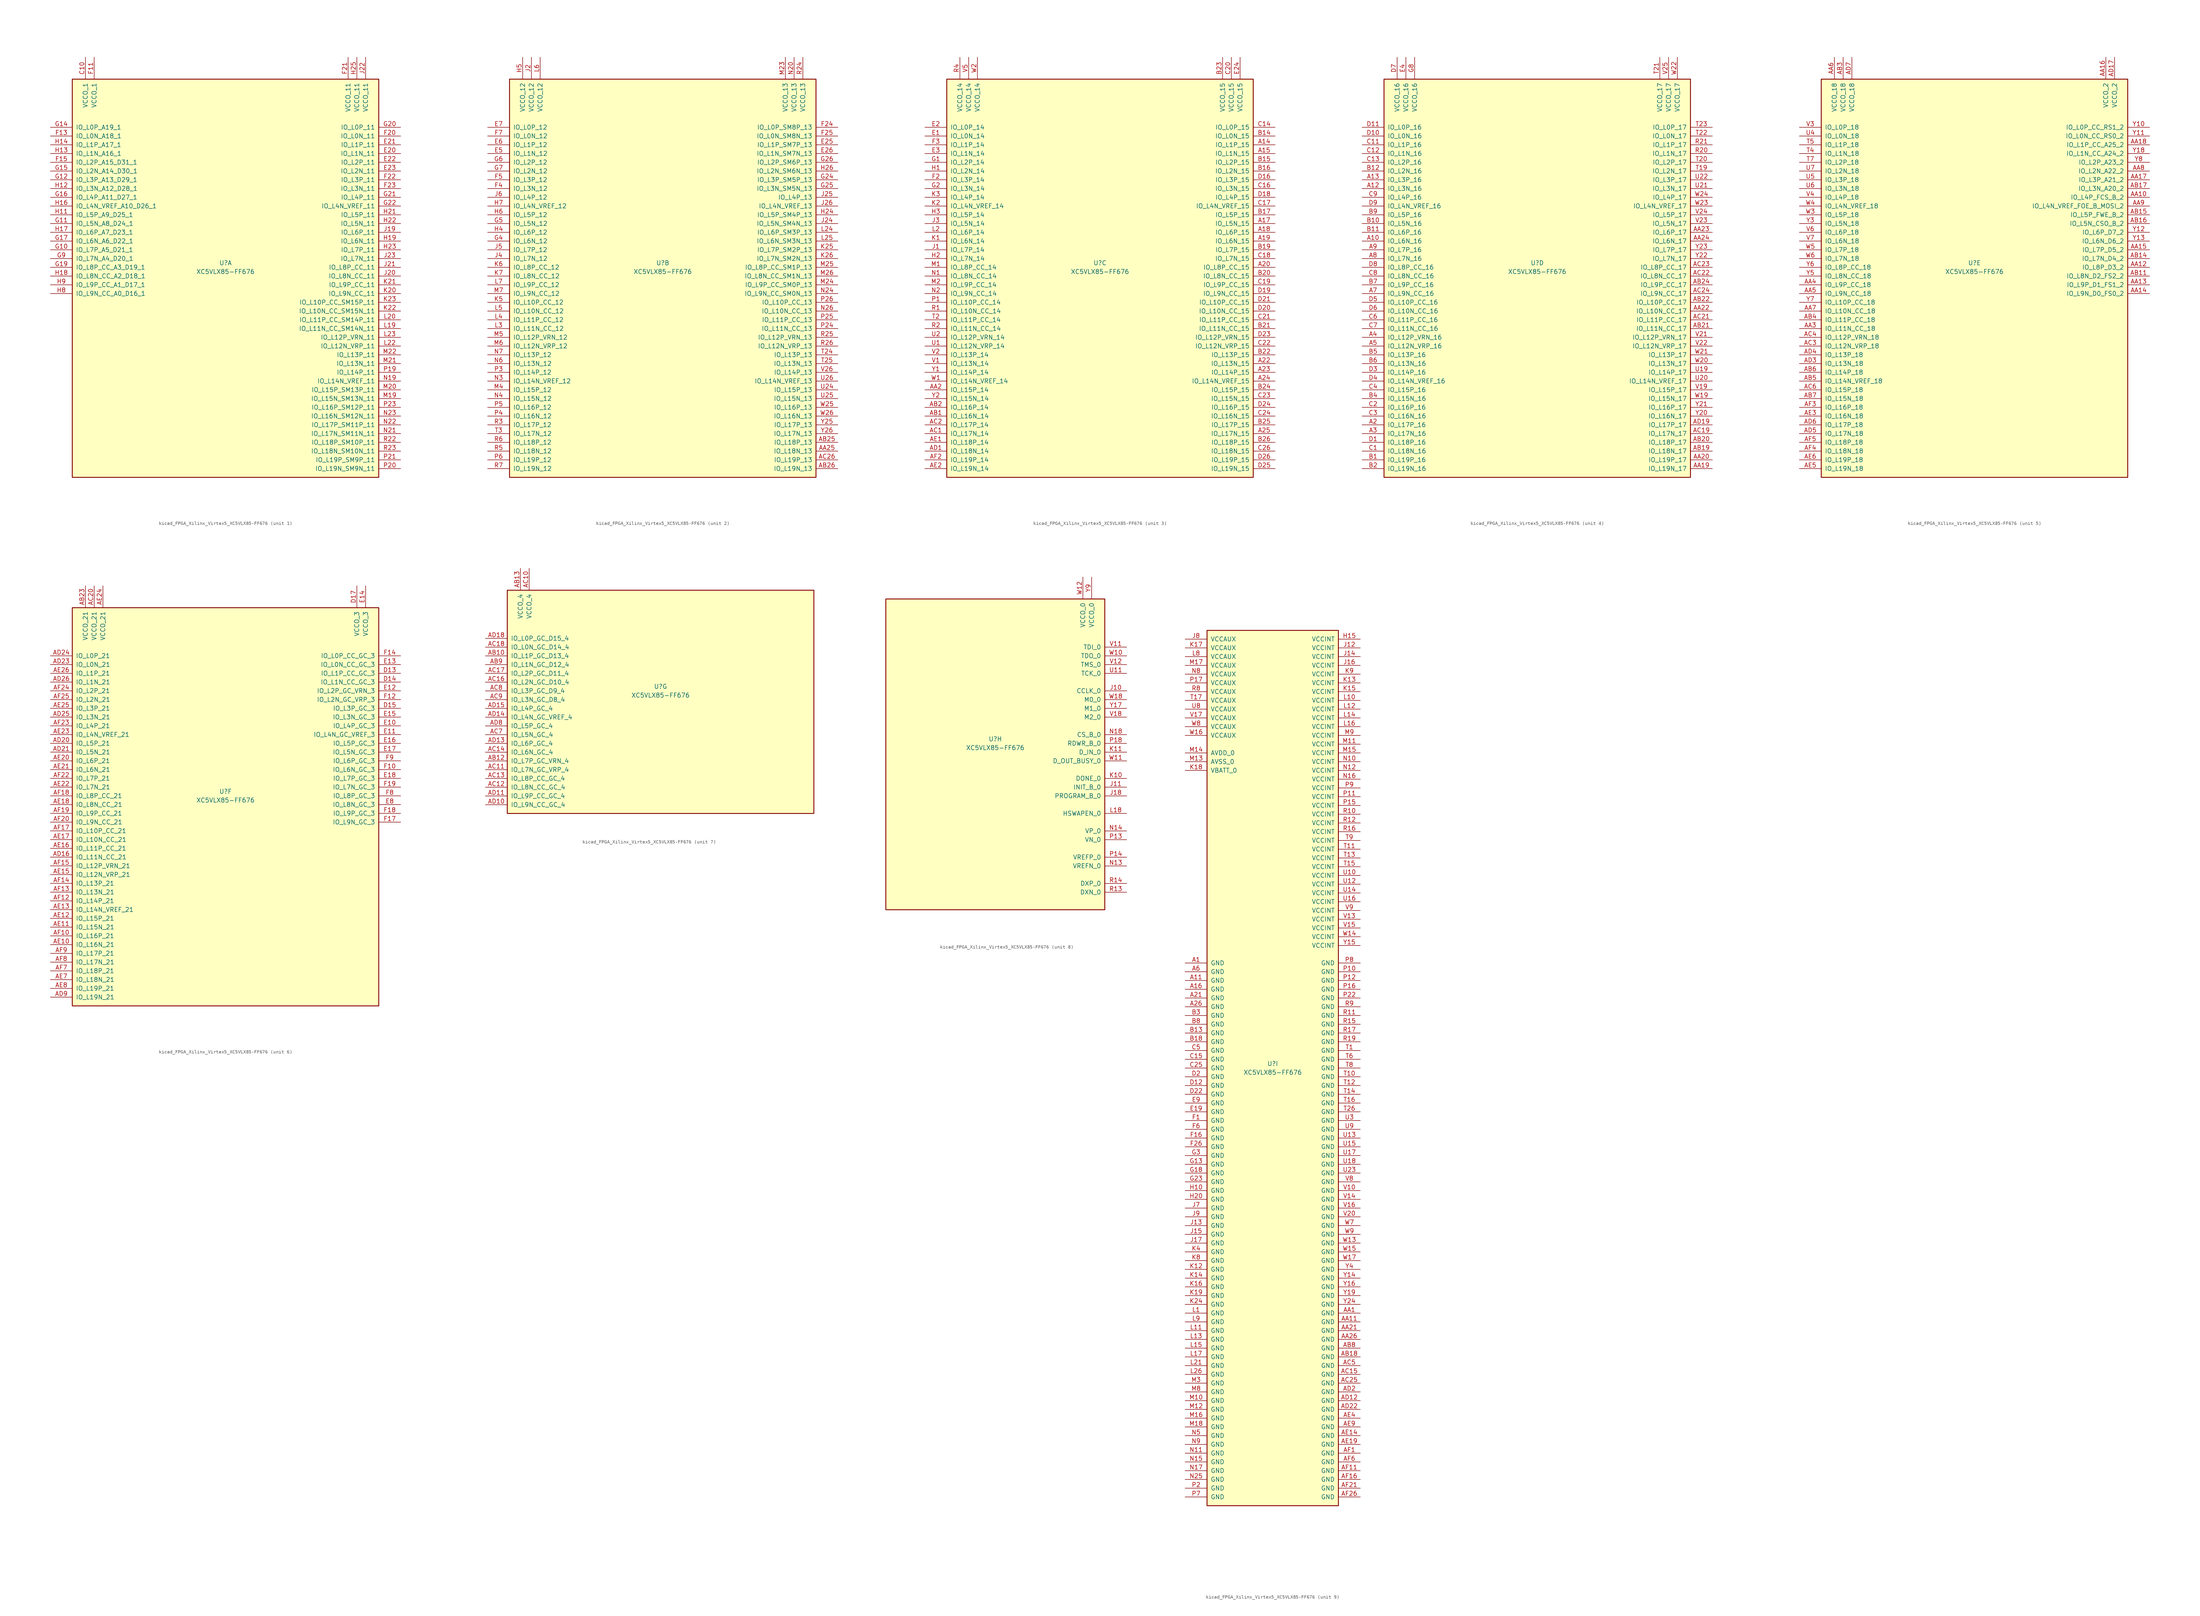
<source format=kicad_sym>
(kicad_symbol_lib
  (version 20220914)
  (generator kicad_symbol_editor)
  (symbol "kicad_FPGA_Xilinx_Virtex5_XC5VLX85-FF676"
    (pin_names
      (offset 1.016))
    (property "Reference" "U"
      (at 0 1.27 0)
      (effects (font (size 1.27 1.27))))
    (property "Value" "XC5VLX85-FF676"
      (at 0 -1.27 0)
      (effects (font (size 1.27 1.27))))
    (property "Datasheet" ""
      (at 0 0 0)
      (effects (font (size 1.27 1.27))))
    (property "ki_locked" ""
      (at 0 0 0)
      (effects (font (size 1.27 1.27))))
    (symbol "kicad_FPGA_Xilinx_Virtex5_XC5VLX85-FF676_1_1"
      (rectangle (start -44.45 54.61) (end 44.45 -60.96) (stroke (width 0.254) (type default)) (fill (type background)))
      (pin power_in line (at -40.64 60.96 270) (length 6.35) (name "VCCO_1" (effects (font (size 1.27 1.27)))) (number "C10" (effects (font (size 1.27 1.27)))))
      (pin bidirectional line (at 50.8 33.02 180) (length 6.35) (name "IO_L1N_11" (effects (font (size 1.27 1.27)))) (number "E20" (effects (font (size 1.27 1.27)))))
      (pin bidirectional line (at 50.8 35.56 180) (length 6.35) (name "IO_L1P_11" (effects (font (size 1.27 1.27)))) (number "E21" (effects (font (size 1.27 1.27)))))
      (pin bidirectional line (at 50.8 30.48 180) (length 6.35) (name "IO_L2P_11" (effects (font (size 1.27 1.27)))) (number "E22" (effects (font (size 1.27 1.27)))))
      (pin bidirectional line (at 50.8 27.94 180) (length 6.35) (name "IO_L2N_11" (effects (font (size 1.27 1.27)))) (number "E23" (effects (font (size 1.27 1.27)))))
      (pin power_in line (at -38.1 60.96 270) (length 6.35) (name "VCCO_1" (effects (font (size 1.27 1.27)))) (number "F11" (effects (font (size 1.27 1.27)))))
      (pin bidirectional line (at -50.8 38.1 0) (length 6.35) (name "IO_L0N_A18_1" (effects (font (size 1.27 1.27)))) (number "F13" (effects (font (size 1.27 1.27)))))
      (pin bidirectional line (at -50.8 30.48 0) (length 6.35) (name "IO_L2P_A15_D31_1" (effects (font (size 1.27 1.27)))) (number "F15" (effects (font (size 1.27 1.27)))))
      (pin bidirectional line (at 50.8 38.1 180) (length 6.35) (name "IO_L0N_11" (effects (font (size 1.27 1.27)))) (number "F20" (effects (font (size 1.27 1.27)))))
      (pin power_in line (at 35.56 60.96 270) (length 6.35) (name "VCCO_11" (effects (font (size 1.27 1.27)))) (number "F21" (effects (font (size 1.27 1.27)))))
      (pin bidirectional line (at 50.8 25.4 180) (length 6.35) (name "IO_L3P_11" (effects (font (size 1.27 1.27)))) (number "F22" (effects (font (size 1.27 1.27)))))
      (pin bidirectional line (at 50.8 22.86 180) (length 6.35) (name "IO_L3N_11" (effects (font (size 1.27 1.27)))) (number "F23" (effects (font (size 1.27 1.27)))))
      (pin bidirectional line (at -50.8 5.08 0) (length 6.35) (name "IO_L7P_A5_D21_1" (effects (font (size 1.27 1.27)))) (number "G10" (effects (font (size 1.27 1.27)))))
      (pin bidirectional line (at -50.8 12.7 0) (length 6.35) (name "IO_L5N_A8_D24_1" (effects (font (size 1.27 1.27)))) (number "G11" (effects (font (size 1.27 1.27)))))
      (pin bidirectional line (at -50.8 25.4 0) (length 6.35) (name "IO_L3P_A13_D29_1" (effects (font (size 1.27 1.27)))) (number "G12" (effects (font (size 1.27 1.27)))))
      (pin bidirectional line (at -50.8 40.64 0) (length 6.35) (name "IO_L0P_A19_1" (effects (font (size 1.27 1.27)))) (number "G14" (effects (font (size 1.27 1.27)))))
      (pin bidirectional line (at -50.8 27.94 0) (length 6.35) (name "IO_L2N_A14_D30_1" (effects (font (size 1.27 1.27)))) (number "G15" (effects (font (size 1.27 1.27)))))
      (pin bidirectional line (at -50.8 20.32 0) (length 6.35) (name "IO_L4P_A11_D27_1" (effects (font (size 1.27 1.27)))) (number "G16" (effects (font (size 1.27 1.27)))))
      (pin bidirectional line (at -50.8 7.62 0) (length 6.35) (name "IO_L6N_A6_D22_1" (effects (font (size 1.27 1.27)))) (number "G17" (effects (font (size 1.27 1.27)))))
      (pin bidirectional line (at -50.8 0 0) (length 6.35) (name "IO_L8P_CC_A3_D19_1" (effects (font (size 1.27 1.27)))) (number "G19" (effects (font (size 1.27 1.27)))))
      (pin bidirectional line (at 50.8 40.64 180) (length 6.35) (name "IO_L0P_11" (effects (font (size 1.27 1.27)))) (number "G20" (effects (font (size 1.27 1.27)))))
      (pin bidirectional line (at 50.8 20.32 180) (length 6.35) (name "IO_L4P_11" (effects (font (size 1.27 1.27)))) (number "G21" (effects (font (size 1.27 1.27)))))
      (pin bidirectional line (at 50.8 17.78 180) (length 6.35) (name "IO_L4N_VREF_11" (effects (font (size 1.27 1.27)))) (number "G22" (effects (font (size 1.27 1.27)))))
      (pin bidirectional line (at -50.8 2.54 0) (length 6.35) (name "IO_L7N_A4_D20_1" (effects (font (size 1.27 1.27)))) (number "G9" (effects (font (size 1.27 1.27)))))
      (pin bidirectional line (at -50.8 15.24 0) (length 6.35) (name "IO_L5P_A9_D25_1" (effects (font (size 1.27 1.27)))) (number "H11" (effects (font (size 1.27 1.27)))))
      (pin bidirectional line (at -50.8 22.86 0) (length 6.35) (name "IO_L3N_A12_D28_1" (effects (font (size 1.27 1.27)))) (number "H12" (effects (font (size 1.27 1.27)))))
      (pin bidirectional line (at -50.8 33.02 0) (length 6.35) (name "IO_L1N_A16_1" (effects (font (size 1.27 1.27)))) (number "H13" (effects (font (size 1.27 1.27)))))
      (pin bidirectional line (at -50.8 35.56 0) (length 6.35) (name "IO_L1P_A17_1" (effects (font (size 1.27 1.27)))) (number "H14" (effects (font (size 1.27 1.27)))))
      (pin bidirectional line (at -50.8 17.78 0) (length 6.35) (name "IO_L4N_VREF_A10_D26_1" (effects (font (size 1.27 1.27)))) (number "H16" (effects (font (size 1.27 1.27)))))
      (pin bidirectional line (at -50.8 10.16 0) (length 6.35) (name "IO_L6P_A7_D23_1" (effects (font (size 1.27 1.27)))) (number "H17" (effects (font (size 1.27 1.27)))))
      (pin bidirectional line (at -50.8 -2.54 0) (length 6.35) (name "IO_L8N_CC_A2_D18_1" (effects (font (size 1.27 1.27)))) (number "H18" (effects (font (size 1.27 1.27)))))
      (pin bidirectional line (at 50.8 7.62 180) (length 6.35) (name "IO_L6N_11" (effects (font (size 1.27 1.27)))) (number "H19" (effects (font (size 1.27 1.27)))))
      (pin bidirectional line (at 50.8 15.24 180) (length 6.35) (name "IO_L5P_11" (effects (font (size 1.27 1.27)))) (number "H21" (effects (font (size 1.27 1.27)))))
      (pin bidirectional line (at 50.8 12.7 180) (length 6.35) (name "IO_L5N_11" (effects (font (size 1.27 1.27)))) (number "H22" (effects (font (size 1.27 1.27)))))
      (pin bidirectional line (at 50.8 5.08 180) (length 6.35) (name "IO_L7P_11" (effects (font (size 1.27 1.27)))) (number "H23" (effects (font (size 1.27 1.27)))))
      (pin power_in line (at 38.1 60.96 270) (length 6.35) (name "VCCO_11" (effects (font (size 1.27 1.27)))) (number "H25" (effects (font (size 1.27 1.27)))))
      (pin bidirectional line (at -50.8 -7.62 0) (length 6.35) (name "IO_L9N_CC_A0_D16_1" (effects (font (size 1.27 1.27)))) (number "H8" (effects (font (size 1.27 1.27)))))
      (pin bidirectional line (at -50.8 -5.08 0) (length 6.35) (name "IO_L9P_CC_A1_D17_1" (effects (font (size 1.27 1.27)))) (number "H9" (effects (font (size 1.27 1.27)))))
      (pin bidirectional line (at 50.8 10.16 180) (length 6.35) (name "IO_L6P_11" (effects (font (size 1.27 1.27)))) (number "J19" (effects (font (size 1.27 1.27)))))
      (pin bidirectional line (at 50.8 -2.54 180) (length 6.35) (name "IO_L8N_CC_11" (effects (font (size 1.27 1.27)))) (number "J20" (effects (font (size 1.27 1.27)))))
      (pin bidirectional line (at 50.8 0 180) (length 6.35) (name "IO_L8P_CC_11" (effects (font (size 1.27 1.27)))) (number "J21" (effects (font (size 1.27 1.27)))))
      (pin power_in line (at 40.64 60.96 270) (length 6.35) (name "VCCO_11" (effects (font (size 1.27 1.27)))) (number "J22" (effects (font (size 1.27 1.27)))))
      (pin bidirectional line (at 50.8 2.54 180) (length 6.35) (name "IO_L7N_11" (effects (font (size 1.27 1.27)))) (number "J23" (effects (font (size 1.27 1.27)))))
      (pin bidirectional line (at 50.8 -7.62 180) (length 6.35) (name "IO_L9N_CC_11" (effects (font (size 1.27 1.27)))) (number "K20" (effects (font (size 1.27 1.27)))))
      (pin bidirectional line (at 50.8 -5.08 180) (length 6.35) (name "IO_L9P_CC_11" (effects (font (size 1.27 1.27)))) (number "K21" (effects (font (size 1.27 1.27)))))
      (pin bidirectional line (at 50.8 -12.7 180) (length 6.35) (name "IO_L10N_CC_SM15N_11" (effects (font (size 1.27 1.27)))) (number "K22" (effects (font (size 1.27 1.27)))))
      (pin bidirectional line (at 50.8 -10.16 180) (length 6.35) (name "IO_L10P_CC_SM15P_11" (effects (font (size 1.27 1.27)))) (number "K23" (effects (font (size 1.27 1.27)))))
      (pin bidirectional line (at 50.8 -17.78 180) (length 6.35) (name "IO_L11N_CC_SM14N_11" (effects (font (size 1.27 1.27)))) (number "L19" (effects (font (size 1.27 1.27)))))
      (pin bidirectional line (at 50.8 -15.24 180) (length 6.35) (name "IO_L11P_CC_SM14P_11" (effects (font (size 1.27 1.27)))) (number "L20" (effects (font (size 1.27 1.27)))))
      (pin bidirectional line (at 50.8 -22.86 180) (length 6.35) (name "IO_L12N_VRP_11" (effects (font (size 1.27 1.27)))) (number "L22" (effects (font (size 1.27 1.27)))))
      (pin bidirectional line (at 50.8 -20.32 180) (length 6.35) (name "IO_L12P_VRN_11" (effects (font (size 1.27 1.27)))) (number "L23" (effects (font (size 1.27 1.27)))))
      (pin bidirectional line (at 50.8 -38.1 180) (length 6.35) (name "IO_L15N_SM13N_11" (effects (font (size 1.27 1.27)))) (number "M19" (effects (font (size 1.27 1.27)))))
      (pin bidirectional line (at 50.8 -35.56 180) (length 6.35) (name "IO_L15P_SM13P_11" (effects (font (size 1.27 1.27)))) (number "M20" (effects (font (size 1.27 1.27)))))
      (pin bidirectional line (at 50.8 -27.94 180) (length 6.35) (name "IO_L13N_11" (effects (font (size 1.27 1.27)))) (number "M21" (effects (font (size 1.27 1.27)))))
      (pin bidirectional line (at 50.8 -25.4 180) (length 6.35) (name "IO_L13P_11" (effects (font (size 1.27 1.27)))) (number "M22" (effects (font (size 1.27 1.27)))))
      (pin bidirectional line (at 50.8 -33.02 180) (length 6.35) (name "IO_L14N_VREF_11" (effects (font (size 1.27 1.27)))) (number "N19" (effects (font (size 1.27 1.27)))))
      (pin bidirectional line (at 50.8 -48.26 180) (length 6.35) (name "IO_L17N_SM11N_11" (effects (font (size 1.27 1.27)))) (number "N21" (effects (font (size 1.27 1.27)))))
      (pin bidirectional line (at 50.8 -45.72 180) (length 6.35) (name "IO_L17P_SM11P_11" (effects (font (size 1.27 1.27)))) (number "N22" (effects (font (size 1.27 1.27)))))
      (pin bidirectional line (at 50.8 -43.18 180) (length 6.35) (name "IO_L16N_SM12N_11" (effects (font (size 1.27 1.27)))) (number "N23" (effects (font (size 1.27 1.27)))))
      (pin bidirectional line (at 50.8 -30.48 180) (length 6.35) (name "IO_L14P_11" (effects (font (size 1.27 1.27)))) (number "P19" (effects (font (size 1.27 1.27)))))
      (pin bidirectional line (at 50.8 -58.42 180) (length 6.35) (name "IO_L19N_SM9N_11" (effects (font (size 1.27 1.27)))) (number "P20" (effects (font (size 1.27 1.27)))))
      (pin bidirectional line (at 50.8 -55.88 180) (length 6.35) (name "IO_L19P_SM9P_11" (effects (font (size 1.27 1.27)))) (number "P21" (effects (font (size 1.27 1.27)))))
      (pin bidirectional line (at 50.8 -40.64 180) (length 6.35) (name "IO_L16P_SM12P_11" (effects (font (size 1.27 1.27)))) (number "P23" (effects (font (size 1.27 1.27)))))
      (pin bidirectional line (at 50.8 -50.8 180) (length 6.35) (name "IO_L18P_SM10P_11" (effects (font (size 1.27 1.27)))) (number "R22" (effects (font (size 1.27 1.27)))))
      (pin bidirectional line (at 50.8 -53.34 180) (length 6.35) (name "IO_L18N_SM10N_11" (effects (font (size 1.27 1.27)))) (number "R23" (effects (font (size 1.27 1.27))))))
    (symbol "kicad_FPGA_Xilinx_Virtex5_XC5VLX85-FF676_2_1"
      (rectangle (start -44.45 54.61) (end 44.45 -60.96) (stroke (width 0.254) (type default)) (fill (type background)))
      (pin bidirectional line (at 50.8 -53.34 180) (length 6.35) (name "IO_L18N_13" (effects (font (size 1.27 1.27)))) (number "AA25" (effects (font (size 1.27 1.27)))))
      (pin bidirectional line (at 50.8 -50.8 180) (length 6.35) (name "IO_L18P_13" (effects (font (size 1.27 1.27)))) (number "AB25" (effects (font (size 1.27 1.27)))))
      (pin bidirectional line (at 50.8 -58.42 180) (length 6.35) (name "IO_L19N_13" (effects (font (size 1.27 1.27)))) (number "AB26" (effects (font (size 1.27 1.27)))))
      (pin bidirectional line (at 50.8 -55.88 180) (length 6.35) (name "IO_L19P_13" (effects (font (size 1.27 1.27)))) (number "AC26" (effects (font (size 1.27 1.27)))))
      (pin bidirectional line (at 50.8 35.56 180) (length 6.35) (name "IO_L1P_SM7P_13" (effects (font (size 1.27 1.27)))) (number "E25" (effects (font (size 1.27 1.27)))))
      (pin bidirectional line (at 50.8 33.02 180) (length 6.35) (name "IO_L1N_SM7N_13" (effects (font (size 1.27 1.27)))) (number "E26" (effects (font (size 1.27 1.27)))))
      (pin bidirectional line (at -50.8 33.02 0) (length 6.35) (name "IO_L1N_12" (effects (font (size 1.27 1.27)))) (number "E5" (effects (font (size 1.27 1.27)))))
      (pin bidirectional line (at -50.8 35.56 0) (length 6.35) (name "IO_L1P_12" (effects (font (size 1.27 1.27)))) (number "E6" (effects (font (size 1.27 1.27)))))
      (pin bidirectional line (at -50.8 40.64 0) (length 6.35) (name "IO_L0P_12" (effects (font (size 1.27 1.27)))) (number "E7" (effects (font (size 1.27 1.27)))))
      (pin bidirectional line (at 50.8 40.64 180) (length 6.35) (name "IO_L0P_SM8P_13" (effects (font (size 1.27 1.27)))) (number "F24" (effects (font (size 1.27 1.27)))))
      (pin bidirectional line (at 50.8 38.1 180) (length 6.35) (name "IO_L0N_SM8N_13" (effects (font (size 1.27 1.27)))) (number "F25" (effects (font (size 1.27 1.27)))))
      (pin bidirectional line (at -50.8 22.86 0) (length 6.35) (name "IO_L3N_12" (effects (font (size 1.27 1.27)))) (number "F4" (effects (font (size 1.27 1.27)))))
      (pin bidirectional line (at -50.8 25.4 0) (length 6.35) (name "IO_L3P_12" (effects (font (size 1.27 1.27)))) (number "F5" (effects (font (size 1.27 1.27)))))
      (pin bidirectional line (at -50.8 38.1 0) (length 6.35) (name "IO_L0N_12" (effects (font (size 1.27 1.27)))) (number "F7" (effects (font (size 1.27 1.27)))))
      (pin bidirectional line (at 50.8 25.4 180) (length 6.35) (name "IO_L3P_SM5P_13" (effects (font (size 1.27 1.27)))) (number "G24" (effects (font (size 1.27 1.27)))))
      (pin bidirectional line (at 50.8 22.86 180) (length 6.35) (name "IO_L3N_SM5N_13" (effects (font (size 1.27 1.27)))) (number "G25" (effects (font (size 1.27 1.27)))))
      (pin bidirectional line (at 50.8 30.48 180) (length 6.35) (name "IO_L2P_SM6P_13" (effects (font (size 1.27 1.27)))) (number "G26" (effects (font (size 1.27 1.27)))))
      (pin bidirectional line (at -50.8 7.62 0) (length 6.35) (name "IO_L6N_12" (effects (font (size 1.27 1.27)))) (number "G4" (effects (font (size 1.27 1.27)))))
      (pin bidirectional line (at -50.8 12.7 0) (length 6.35) (name "IO_L5N_12" (effects (font (size 1.27 1.27)))) (number "G5" (effects (font (size 1.27 1.27)))))
      (pin bidirectional line (at -50.8 30.48 0) (length 6.35) (name "IO_L2P_12" (effects (font (size 1.27 1.27)))) (number "G6" (effects (font (size 1.27 1.27)))))
      (pin bidirectional line (at -50.8 27.94 0) (length 6.35) (name "IO_L2N_12" (effects (font (size 1.27 1.27)))) (number "G7" (effects (font (size 1.27 1.27)))))
      (pin bidirectional line (at 50.8 15.24 180) (length 6.35) (name "IO_L5P_SM4P_13" (effects (font (size 1.27 1.27)))) (number "H24" (effects (font (size 1.27 1.27)))))
      (pin bidirectional line (at 50.8 27.94 180) (length 6.35) (name "IO_L2N_SM6N_13" (effects (font (size 1.27 1.27)))) (number "H26" (effects (font (size 1.27 1.27)))))
      (pin bidirectional line (at -50.8 10.16 0) (length 6.35) (name "IO_L6P_12" (effects (font (size 1.27 1.27)))) (number "H4" (effects (font (size 1.27 1.27)))))
      (pin power_in line (at -40.64 60.96 270) (length 6.35) (name "VCCO_12" (effects (font (size 1.27 1.27)))) (number "H5" (effects (font (size 1.27 1.27)))))
      (pin bidirectional line (at -50.8 15.24 0) (length 6.35) (name "IO_L5P_12" (effects (font (size 1.27 1.27)))) (number "H6" (effects (font (size 1.27 1.27)))))
      (pin bidirectional line (at -50.8 17.78 0) (length 6.35) (name "IO_L4N_VREF_12" (effects (font (size 1.27 1.27)))) (number "H7" (effects (font (size 1.27 1.27)))))
      (pin power_in line (at -38.1 60.96 270) (length 6.35) (name "VCCO_12" (effects (font (size 1.27 1.27)))) (number "J2" (effects (font (size 1.27 1.27)))))
      (pin bidirectional line (at 50.8 12.7 180) (length 6.35) (name "IO_L5N_SM4N_13" (effects (font (size 1.27 1.27)))) (number "J24" (effects (font (size 1.27 1.27)))))
      (pin bidirectional line (at 50.8 20.32 180) (length 6.35) (name "IO_L4P_13" (effects (font (size 1.27 1.27)))) (number "J25" (effects (font (size 1.27 1.27)))))
      (pin bidirectional line (at 50.8 17.78 180) (length 6.35) (name "IO_L4N_VREF_13" (effects (font (size 1.27 1.27)))) (number "J26" (effects (font (size 1.27 1.27)))))
      (pin bidirectional line (at -50.8 2.54 0) (length 6.35) (name "IO_L7N_12" (effects (font (size 1.27 1.27)))) (number "J4" (effects (font (size 1.27 1.27)))))
      (pin bidirectional line (at -50.8 5.08 0) (length 6.35) (name "IO_L7P_12" (effects (font (size 1.27 1.27)))) (number "J5" (effects (font (size 1.27 1.27)))))
      (pin bidirectional line (at -50.8 20.32 0) (length 6.35) (name "IO_L4P_12" (effects (font (size 1.27 1.27)))) (number "J6" (effects (font (size 1.27 1.27)))))
      (pin bidirectional line (at 50.8 5.08 180) (length 6.35) (name "IO_L7P_SM2P_13" (effects (font (size 1.27 1.27)))) (number "K25" (effects (font (size 1.27 1.27)))))
      (pin bidirectional line (at 50.8 2.54 180) (length 6.35) (name "IO_L7N_SM2N_13" (effects (font (size 1.27 1.27)))) (number "K26" (effects (font (size 1.27 1.27)))))
      (pin bidirectional line (at -50.8 -10.16 0) (length 6.35) (name "IO_L10P_CC_12" (effects (font (size 1.27 1.27)))) (number "K5" (effects (font (size 1.27 1.27)))))
      (pin bidirectional line (at -50.8 0 0) (length 6.35) (name "IO_L8P_CC_12" (effects (font (size 1.27 1.27)))) (number "K6" (effects (font (size 1.27 1.27)))))
      (pin bidirectional line (at -50.8 -2.54 0) (length 6.35) (name "IO_L8N_CC_12" (effects (font (size 1.27 1.27)))) (number "K7" (effects (font (size 1.27 1.27)))))
      (pin bidirectional line (at 50.8 10.16 180) (length 6.35) (name "IO_L6P_SM3P_13" (effects (font (size 1.27 1.27)))) (number "L24" (effects (font (size 1.27 1.27)))))
      (pin bidirectional line (at 50.8 7.62 180) (length 6.35) (name "IO_L6N_SM3N_13" (effects (font (size 1.27 1.27)))) (number "L25" (effects (font (size 1.27 1.27)))))
      (pin bidirectional line (at -50.8 -17.78 0) (length 6.35) (name "IO_L11N_CC_12" (effects (font (size 1.27 1.27)))) (number "L3" (effects (font (size 1.27 1.27)))))
      (pin bidirectional line (at -50.8 -15.24 0) (length 6.35) (name "IO_L11P_CC_12" (effects (font (size 1.27 1.27)))) (number "L4" (effects (font (size 1.27 1.27)))))
      (pin bidirectional line (at -50.8 -12.7 0) (length 6.35) (name "IO_L10N_CC_12" (effects (font (size 1.27 1.27)))) (number "L5" (effects (font (size 1.27 1.27)))))
      (pin power_in line (at -35.56 60.96 270) (length 6.35) (name "VCCO_12" (effects (font (size 1.27 1.27)))) (number "L6" (effects (font (size 1.27 1.27)))))
      (pin bidirectional line (at -50.8 -5.08 0) (length 6.35) (name "IO_L9P_CC_12" (effects (font (size 1.27 1.27)))) (number "L7" (effects (font (size 1.27 1.27)))))
      (pin power_in line (at 35.56 60.96 270) (length 6.35) (name "VCCO_13" (effects (font (size 1.27 1.27)))) (number "M23" (effects (font (size 1.27 1.27)))))
      (pin bidirectional line (at 50.8 -5.08 180) (length 6.35) (name "IO_L9P_CC_SM0P_13" (effects (font (size 1.27 1.27)))) (number "M24" (effects (font (size 1.27 1.27)))))
      (pin bidirectional line (at 50.8 0 180) (length 6.35) (name "IO_L8P_CC_SM1P_13" (effects (font (size 1.27 1.27)))) (number "M25" (effects (font (size 1.27 1.27)))))
      (pin bidirectional line (at 50.8 -2.54 180) (length 6.35) (name "IO_L8N_CC_SM1N_13" (effects (font (size 1.27 1.27)))) (number "M26" (effects (font (size 1.27 1.27)))))
      (pin bidirectional line (at -50.8 -35.56 0) (length 6.35) (name "IO_L15P_12" (effects (font (size 1.27 1.27)))) (number "M4" (effects (font (size 1.27 1.27)))))
      (pin bidirectional line (at -50.8 -20.32 0) (length 6.35) (name "IO_L12P_VRN_12" (effects (font (size 1.27 1.27)))) (number "M5" (effects (font (size 1.27 1.27)))))
      (pin bidirectional line (at -50.8 -22.86 0) (length 6.35) (name "IO_L12N_VRP_12" (effects (font (size 1.27 1.27)))) (number "M6" (effects (font (size 1.27 1.27)))))
      (pin bidirectional line (at -50.8 -7.62 0) (length 6.35) (name "IO_L9N_CC_12" (effects (font (size 1.27 1.27)))) (number "M7" (effects (font (size 1.27 1.27)))))
      (pin power_in line (at 38.1 60.96 270) (length 6.35) (name "VCCO_13" (effects (font (size 1.27 1.27)))) (number "N20" (effects (font (size 1.27 1.27)))))
      (pin bidirectional line (at 50.8 -7.62 180) (length 6.35) (name "IO_L9N_CC_SM0N_13" (effects (font (size 1.27 1.27)))) (number "N24" (effects (font (size 1.27 1.27)))))
      (pin bidirectional line (at 50.8 -12.7 180) (length 6.35) (name "IO_L10N_CC_13" (effects (font (size 1.27 1.27)))) (number "N26" (effects (font (size 1.27 1.27)))))
      (pin bidirectional line (at -50.8 -33.02 0) (length 6.35) (name "IO_L14N_VREF_12" (effects (font (size 1.27 1.27)))) (number "N3" (effects (font (size 1.27 1.27)))))
      (pin bidirectional line (at -50.8 -38.1 0) (length 6.35) (name "IO_L15N_12" (effects (font (size 1.27 1.27)))) (number "N4" (effects (font (size 1.27 1.27)))))
      (pin bidirectional line (at -50.8 -27.94 0) (length 6.35) (name "IO_L13N_12" (effects (font (size 1.27 1.27)))) (number "N6" (effects (font (size 1.27 1.27)))))
      (pin bidirectional line (at -50.8 -25.4 0) (length 6.35) (name "IO_L13P_12" (effects (font (size 1.27 1.27)))) (number "N7" (effects (font (size 1.27 1.27)))))
      (pin bidirectional line (at 50.8 -17.78 180) (length 6.35) (name "IO_L11N_CC_13" (effects (font (size 1.27 1.27)))) (number "P24" (effects (font (size 1.27 1.27)))))
      (pin bidirectional line (at 50.8 -15.24 180) (length 6.35) (name "IO_L11P_CC_13" (effects (font (size 1.27 1.27)))) (number "P25" (effects (font (size 1.27 1.27)))))
      (pin bidirectional line (at 50.8 -10.16 180) (length 6.35) (name "IO_L10P_CC_13" (effects (font (size 1.27 1.27)))) (number "P26" (effects (font (size 1.27 1.27)))))
      (pin bidirectional line (at -50.8 -30.48 0) (length 6.35) (name "IO_L14P_12" (effects (font (size 1.27 1.27)))) (number "P3" (effects (font (size 1.27 1.27)))))
      (pin bidirectional line (at -50.8 -43.18 0) (length 6.35) (name "IO_L16N_12" (effects (font (size 1.27 1.27)))) (number "P4" (effects (font (size 1.27 1.27)))))
      (pin bidirectional line (at -50.8 -40.64 0) (length 6.35) (name "IO_L16P_12" (effects (font (size 1.27 1.27)))) (number "P5" (effects (font (size 1.27 1.27)))))
      (pin bidirectional line (at -50.8 -55.88 0) (length 6.35) (name "IO_L19P_12" (effects (font (size 1.27 1.27)))) (number "P6" (effects (font (size 1.27 1.27)))))
      (pin power_in line (at 40.64 60.96 270) (length 6.35) (name "VCCO_13" (effects (font (size 1.27 1.27)))) (number "R24" (effects (font (size 1.27 1.27)))))
      (pin bidirectional line (at 50.8 -20.32 180) (length 6.35) (name "IO_L12P_VRN_13" (effects (font (size 1.27 1.27)))) (number "R25" (effects (font (size 1.27 1.27)))))
      (pin bidirectional line (at 50.8 -22.86 180) (length 6.35) (name "IO_L12N_VRP_13" (effects (font (size 1.27 1.27)))) (number "R26" (effects (font (size 1.27 1.27)))))
      (pin bidirectional line (at -50.8 -45.72 0) (length 6.35) (name "IO_L17P_12" (effects (font (size 1.27 1.27)))) (number "R3" (effects (font (size 1.27 1.27)))))
      (pin bidirectional line (at -50.8 -53.34 0) (length 6.35) (name "IO_L18N_12" (effects (font (size 1.27 1.27)))) (number "R5" (effects (font (size 1.27 1.27)))))
      (pin bidirectional line (at -50.8 -50.8 0) (length 6.35) (name "IO_L18P_12" (effects (font (size 1.27 1.27)))) (number "R6" (effects (font (size 1.27 1.27)))))
      (pin bidirectional line (at -50.8 -58.42 0) (length 6.35) (name "IO_L19N_12" (effects (font (size 1.27 1.27)))) (number "R7" (effects (font (size 1.27 1.27)))))
      (pin bidirectional line (at 50.8 -25.4 180) (length 6.35) (name "IO_L13P_13" (effects (font (size 1.27 1.27)))) (number "T24" (effects (font (size 1.27 1.27)))))
      (pin bidirectional line (at 50.8 -27.94 180) (length 6.35) (name "IO_L13N_13" (effects (font (size 1.27 1.27)))) (number "T25" (effects (font (size 1.27 1.27)))))
      (pin bidirectional line (at -50.8 -48.26 0) (length 6.35) (name "IO_L17N_12" (effects (font (size 1.27 1.27)))) (number "T3" (effects (font (size 1.27 1.27)))))
      (pin bidirectional line (at 50.8 -35.56 180) (length 6.35) (name "IO_L15P_13" (effects (font (size 1.27 1.27)))) (number "U24" (effects (font (size 1.27 1.27)))))
      (pin bidirectional line (at 50.8 -38.1 180) (length 6.35) (name "IO_L15N_13" (effects (font (size 1.27 1.27)))) (number "U25" (effects (font (size 1.27 1.27)))))
      (pin bidirectional line (at 50.8 -33.02 180) (length 6.35) (name "IO_L14N_VREF_13" (effects (font (size 1.27 1.27)))) (number "U26" (effects (font (size 1.27 1.27)))))
      (pin bidirectional line (at 50.8 -30.48 180) (length 6.35) (name "IO_L14P_13" (effects (font (size 1.27 1.27)))) (number "V26" (effects (font (size 1.27 1.27)))))
      (pin bidirectional line (at 50.8 -40.64 180) (length 6.35) (name "IO_L16P_13" (effects (font (size 1.27 1.27)))) (number "W25" (effects (font (size 1.27 1.27)))))
      (pin bidirectional line (at 50.8 -43.18 180) (length 6.35) (name "IO_L16N_13" (effects (font (size 1.27 1.27)))) (number "W26" (effects (font (size 1.27 1.27)))))
      (pin bidirectional line (at 50.8 -45.72 180) (length 6.35) (name "IO_L17P_13" (effects (font (size 1.27 1.27)))) (number "Y25" (effects (font (size 1.27 1.27)))))
      (pin bidirectional line (at 50.8 -48.26 180) (length 6.35) (name "IO_L17N_13" (effects (font (size 1.27 1.27)))) (number "Y26" (effects (font (size 1.27 1.27))))))
    (symbol "kicad_FPGA_Xilinx_Virtex5_XC5VLX85-FF676_3_1"
      (rectangle (start -44.45 54.61) (end 44.45 -60.96) (stroke (width 0.254) (type default)) (fill (type background)))
      (pin bidirectional line (at 50.8 35.56 180) (length 6.35) (name "IO_L1P_15" (effects (font (size 1.27 1.27)))) (number "A14" (effects (font (size 1.27 1.27)))))
      (pin bidirectional line (at 50.8 33.02 180) (length 6.35) (name "IO_L1N_15" (effects (font (size 1.27 1.27)))) (number "A15" (effects (font (size 1.27 1.27)))))
      (pin bidirectional line (at 50.8 12.7 180) (length 6.35) (name "IO_L5N_15" (effects (font (size 1.27 1.27)))) (number "A17" (effects (font (size 1.27 1.27)))))
      (pin bidirectional line (at 50.8 10.16 180) (length 6.35) (name "IO_L6P_15" (effects (font (size 1.27 1.27)))) (number "A18" (effects (font (size 1.27 1.27)))))
      (pin bidirectional line (at 50.8 7.62 180) (length 6.35) (name "IO_L6N_15" (effects (font (size 1.27 1.27)))) (number "A19" (effects (font (size 1.27 1.27)))))
      (pin bidirectional line (at 50.8 0 180) (length 6.35) (name "IO_L8P_CC_15" (effects (font (size 1.27 1.27)))) (number "A20" (effects (font (size 1.27 1.27)))))
      (pin bidirectional line (at 50.8 -27.94 180) (length 6.35) (name "IO_L13N_15" (effects (font (size 1.27 1.27)))) (number "A22" (effects (font (size 1.27 1.27)))))
      (pin bidirectional line (at 50.8 -30.48 180) (length 6.35) (name "IO_L14P_15" (effects (font (size 1.27 1.27)))) (number "A23" (effects (font (size 1.27 1.27)))))
      (pin bidirectional line (at 50.8 -33.02 180) (length 6.35) (name "IO_L14N_VREF_15" (effects (font (size 1.27 1.27)))) (number "A24" (effects (font (size 1.27 1.27)))))
      (pin bidirectional line (at 50.8 -48.26 180) (length 6.35) (name "IO_L17N_15" (effects (font (size 1.27 1.27)))) (number "A25" (effects (font (size 1.27 1.27)))))
      (pin bidirectional line (at -50.8 -35.56 0) (length 6.35) (name "IO_L15P_14" (effects (font (size 1.27 1.27)))) (number "AA2" (effects (font (size 1.27 1.27)))))
      (pin bidirectional line (at -50.8 -43.18 0) (length 6.35) (name "IO_L16N_14" (effects (font (size 1.27 1.27)))) (number "AB1" (effects (font (size 1.27 1.27)))))
      (pin bidirectional line (at -50.8 -40.64 0) (length 6.35) (name "IO_L16P_14" (effects (font (size 1.27 1.27)))) (number "AB2" (effects (font (size 1.27 1.27)))))
      (pin bidirectional line (at -50.8 -48.26 0) (length 6.35) (name "IO_L17N_14" (effects (font (size 1.27 1.27)))) (number "AC1" (effects (font (size 1.27 1.27)))))
      (pin bidirectional line (at -50.8 -45.72 0) (length 6.35) (name "IO_L17P_14" (effects (font (size 1.27 1.27)))) (number "AC2" (effects (font (size 1.27 1.27)))))
      (pin bidirectional line (at -50.8 -53.34 0) (length 6.35) (name "IO_L18N_14" (effects (font (size 1.27 1.27)))) (number "AD1" (effects (font (size 1.27 1.27)))))
      (pin bidirectional line (at -50.8 -50.8 0) (length 6.35) (name "IO_L18P_14" (effects (font (size 1.27 1.27)))) (number "AE1" (effects (font (size 1.27 1.27)))))
      (pin bidirectional line (at -50.8 -58.42 0) (length 6.35) (name "IO_L19N_14" (effects (font (size 1.27 1.27)))) (number "AE2" (effects (font (size 1.27 1.27)))))
      (pin bidirectional line (at -50.8 -55.88 0) (length 6.35) (name "IO_L19P_14" (effects (font (size 1.27 1.27)))) (number "AF2" (effects (font (size 1.27 1.27)))))
      (pin bidirectional line (at 50.8 38.1 180) (length 6.35) (name "IO_L0N_15" (effects (font (size 1.27 1.27)))) (number "B14" (effects (font (size 1.27 1.27)))))
      (pin bidirectional line (at 50.8 30.48 180) (length 6.35) (name "IO_L2P_15" (effects (font (size 1.27 1.27)))) (number "B15" (effects (font (size 1.27 1.27)))))
      (pin bidirectional line (at 50.8 27.94 180) (length 6.35) (name "IO_L2N_15" (effects (font (size 1.27 1.27)))) (number "B16" (effects (font (size 1.27 1.27)))))
      (pin bidirectional line (at 50.8 15.24 180) (length 6.35) (name "IO_L5P_15" (effects (font (size 1.27 1.27)))) (number "B17" (effects (font (size 1.27 1.27)))))
      (pin bidirectional line (at 50.8 5.08 180) (length 6.35) (name "IO_L7P_15" (effects (font (size 1.27 1.27)))) (number "B19" (effects (font (size 1.27 1.27)))))
      (pin bidirectional line (at 50.8 -2.54 180) (length 6.35) (name "IO_L8N_CC_15" (effects (font (size 1.27 1.27)))) (number "B20" (effects (font (size 1.27 1.27)))))
      (pin bidirectional line (at 50.8 -17.78 180) (length 6.35) (name "IO_L11N_CC_15" (effects (font (size 1.27 1.27)))) (number "B21" (effects (font (size 1.27 1.27)))))
      (pin bidirectional line (at 50.8 -25.4 180) (length 6.35) (name "IO_L13P_15" (effects (font (size 1.27 1.27)))) (number "B22" (effects (font (size 1.27 1.27)))))
      (pin power_in line (at 35.56 60.96 270) (length 6.35) (name "VCCO_15" (effects (font (size 1.27 1.27)))) (number "B23" (effects (font (size 1.27 1.27)))))
      (pin bidirectional line (at 50.8 -35.56 180) (length 6.35) (name "IO_L15P_15" (effects (font (size 1.27 1.27)))) (number "B24" (effects (font (size 1.27 1.27)))))
      (pin bidirectional line (at 50.8 -45.72 180) (length 6.35) (name "IO_L17P_15" (effects (font (size 1.27 1.27)))) (number "B25" (effects (font (size 1.27 1.27)))))
      (pin bidirectional line (at 50.8 -50.8 180) (length 6.35) (name "IO_L18P_15" (effects (font (size 1.27 1.27)))) (number "B26" (effects (font (size 1.27 1.27)))))
      (pin bidirectional line (at 50.8 40.64 180) (length 6.35) (name "IO_L0P_15" (effects (font (size 1.27 1.27)))) (number "C14" (effects (font (size 1.27 1.27)))))
      (pin bidirectional line (at 50.8 22.86 180) (length 6.35) (name "IO_L3N_15" (effects (font (size 1.27 1.27)))) (number "C16" (effects (font (size 1.27 1.27)))))
      (pin bidirectional line (at 50.8 17.78 180) (length 6.35) (name "IO_L4N_VREF_15" (effects (font (size 1.27 1.27)))) (number "C17" (effects (font (size 1.27 1.27)))))
      (pin bidirectional line (at 50.8 2.54 180) (length 6.35) (name "IO_L7N_15" (effects (font (size 1.27 1.27)))) (number "C18" (effects (font (size 1.27 1.27)))))
      (pin bidirectional line (at 50.8 -5.08 180) (length 6.35) (name "IO_L9P_CC_15" (effects (font (size 1.27 1.27)))) (number "C19" (effects (font (size 1.27 1.27)))))
      (pin power_in line (at 38.1 60.96 270) (length 6.35) (name "VCCO_15" (effects (font (size 1.27 1.27)))) (number "C20" (effects (font (size 1.27 1.27)))))
      (pin bidirectional line (at 50.8 -15.24 180) (length 6.35) (name "IO_L11P_CC_15" (effects (font (size 1.27 1.27)))) (number "C21" (effects (font (size 1.27 1.27)))))
      (pin bidirectional line (at 50.8 -22.86 180) (length 6.35) (name "IO_L12N_VRP_15" (effects (font (size 1.27 1.27)))) (number "C22" (effects (font (size 1.27 1.27)))))
      (pin bidirectional line (at 50.8 -38.1 180) (length 6.35) (name "IO_L15N_15" (effects (font (size 1.27 1.27)))) (number "C23" (effects (font (size 1.27 1.27)))))
      (pin bidirectional line (at 50.8 -43.18 180) (length 6.35) (name "IO_L16N_15" (effects (font (size 1.27 1.27)))) (number "C24" (effects (font (size 1.27 1.27)))))
      (pin bidirectional line (at 50.8 -53.34 180) (length 6.35) (name "IO_L18N_15" (effects (font (size 1.27 1.27)))) (number "C26" (effects (font (size 1.27 1.27)))))
      (pin bidirectional line (at 50.8 25.4 180) (length 6.35) (name "IO_L3P_15" (effects (font (size 1.27 1.27)))) (number "D16" (effects (font (size 1.27 1.27)))))
      (pin bidirectional line (at 50.8 20.32 180) (length 6.35) (name "IO_L4P_15" (effects (font (size 1.27 1.27)))) (number "D18" (effects (font (size 1.27 1.27)))))
      (pin bidirectional line (at 50.8 -7.62 180) (length 6.35) (name "IO_L9N_CC_15" (effects (font (size 1.27 1.27)))) (number "D19" (effects (font (size 1.27 1.27)))))
      (pin bidirectional line (at 50.8 -12.7 180) (length 6.35) (name "IO_L10N_CC_15" (effects (font (size 1.27 1.27)))) (number "D20" (effects (font (size 1.27 1.27)))))
      (pin bidirectional line (at 50.8 -10.16 180) (length 6.35) (name "IO_L10P_CC_15" (effects (font (size 1.27 1.27)))) (number "D21" (effects (font (size 1.27 1.27)))))
      (pin bidirectional line (at 50.8 -20.32 180) (length 6.35) (name "IO_L12P_VRN_15" (effects (font (size 1.27 1.27)))) (number "D23" (effects (font (size 1.27 1.27)))))
      (pin bidirectional line (at 50.8 -40.64 180) (length 6.35) (name "IO_L16P_15" (effects (font (size 1.27 1.27)))) (number "D24" (effects (font (size 1.27 1.27)))))
      (pin bidirectional line (at 50.8 -58.42 180) (length 6.35) (name "IO_L19N_15" (effects (font (size 1.27 1.27)))) (number "D25" (effects (font (size 1.27 1.27)))))
      (pin bidirectional line (at 50.8 -55.88 180) (length 6.35) (name "IO_L19P_15" (effects (font (size 1.27 1.27)))) (number "D26" (effects (font (size 1.27 1.27)))))
      (pin bidirectional line (at -50.8 38.1 0) (length 6.35) (name "IO_L0N_14" (effects (font (size 1.27 1.27)))) (number "E1" (effects (font (size 1.27 1.27)))))
      (pin bidirectional line (at -50.8 40.64 0) (length 6.35) (name "IO_L0P_14" (effects (font (size 1.27 1.27)))) (number "E2" (effects (font (size 1.27 1.27)))))
      (pin power_in line (at 40.64 60.96 270) (length 6.35) (name "VCCO_15" (effects (font (size 1.27 1.27)))) (number "E24" (effects (font (size 1.27 1.27)))))
      (pin bidirectional line (at -50.8 33.02 0) (length 6.35) (name "IO_L1N_14" (effects (font (size 1.27 1.27)))) (number "E3" (effects (font (size 1.27 1.27)))))
      (pin bidirectional line (at -50.8 25.4 0) (length 6.35) (name "IO_L3P_14" (effects (font (size 1.27 1.27)))) (number "F2" (effects (font (size 1.27 1.27)))))
      (pin bidirectional line (at -50.8 35.56 0) (length 6.35) (name "IO_L1P_14" (effects (font (size 1.27 1.27)))) (number "F3" (effects (font (size 1.27 1.27)))))
      (pin bidirectional line (at -50.8 30.48 0) (length 6.35) (name "IO_L2P_14" (effects (font (size 1.27 1.27)))) (number "G1" (effects (font (size 1.27 1.27)))))
      (pin bidirectional line (at -50.8 22.86 0) (length 6.35) (name "IO_L3N_14" (effects (font (size 1.27 1.27)))) (number "G2" (effects (font (size 1.27 1.27)))))
      (pin bidirectional line (at -50.8 27.94 0) (length 6.35) (name "IO_L2N_14" (effects (font (size 1.27 1.27)))) (number "H1" (effects (font (size 1.27 1.27)))))
      (pin bidirectional line (at -50.8 2.54 0) (length 6.35) (name "IO_L7N_14" (effects (font (size 1.27 1.27)))) (number "H2" (effects (font (size 1.27 1.27)))))
      (pin bidirectional line (at -50.8 15.24 0) (length 6.35) (name "IO_L5P_14" (effects (font (size 1.27 1.27)))) (number "H3" (effects (font (size 1.27 1.27)))))
      (pin bidirectional line (at -50.8 5.08 0) (length 6.35) (name "IO_L7P_14" (effects (font (size 1.27 1.27)))) (number "J1" (effects (font (size 1.27 1.27)))))
      (pin bidirectional line (at -50.8 12.7 0) (length 6.35) (name "IO_L5N_14" (effects (font (size 1.27 1.27)))) (number "J3" (effects (font (size 1.27 1.27)))))
      (pin bidirectional line (at -50.8 7.62 0) (length 6.35) (name "IO_L6N_14" (effects (font (size 1.27 1.27)))) (number "K1" (effects (font (size 1.27 1.27)))))
      (pin bidirectional line (at -50.8 17.78 0) (length 6.35) (name "IO_L4N_VREF_14" (effects (font (size 1.27 1.27)))) (number "K2" (effects (font (size 1.27 1.27)))))
      (pin bidirectional line (at -50.8 20.32 0) (length 6.35) (name "IO_L4P_14" (effects (font (size 1.27 1.27)))) (number "K3" (effects (font (size 1.27 1.27)))))
      (pin bidirectional line (at -50.8 10.16 0) (length 6.35) (name "IO_L6P_14" (effects (font (size 1.27 1.27)))) (number "L2" (effects (font (size 1.27 1.27)))))
      (pin bidirectional line (at -50.8 0 0) (length 6.35) (name "IO_L8P_CC_14" (effects (font (size 1.27 1.27)))) (number "M1" (effects (font (size 1.27 1.27)))))
      (pin bidirectional line (at -50.8 -5.08 0) (length 6.35) (name "IO_L9P_CC_14" (effects (font (size 1.27 1.27)))) (number "M2" (effects (font (size 1.27 1.27)))))
      (pin bidirectional line (at -50.8 -2.54 0) (length 6.35) (name "IO_L8N_CC_14" (effects (font (size 1.27 1.27)))) (number "N1" (effects (font (size 1.27 1.27)))))
      (pin bidirectional line (at -50.8 -7.62 0) (length 6.35) (name "IO_L9N_CC_14" (effects (font (size 1.27 1.27)))) (number "N2" (effects (font (size 1.27 1.27)))))
      (pin bidirectional line (at -50.8 -10.16 0) (length 6.35) (name "IO_L10P_CC_14" (effects (font (size 1.27 1.27)))) (number "P1" (effects (font (size 1.27 1.27)))))
      (pin bidirectional line (at -50.8 -12.7 0) (length 6.35) (name "IO_L10N_CC_14" (effects (font (size 1.27 1.27)))) (number "R1" (effects (font (size 1.27 1.27)))))
      (pin bidirectional line (at -50.8 -17.78 0) (length 6.35) (name "IO_L11N_CC_14" (effects (font (size 1.27 1.27)))) (number "R2" (effects (font (size 1.27 1.27)))))
      (pin power_in line (at -40.64 60.96 270) (length 6.35) (name "VCCO_14" (effects (font (size 1.27 1.27)))) (number "R4" (effects (font (size 1.27 1.27)))))
      (pin bidirectional line (at -50.8 -15.24 0) (length 6.35) (name "IO_L11P_CC_14" (effects (font (size 1.27 1.27)))) (number "T2" (effects (font (size 1.27 1.27)))))
      (pin bidirectional line (at -50.8 -22.86 0) (length 6.35) (name "IO_L12N_VRP_14" (effects (font (size 1.27 1.27)))) (number "U1" (effects (font (size 1.27 1.27)))))
      (pin bidirectional line (at -50.8 -20.32 0) (length 6.35) (name "IO_L12P_VRN_14" (effects (font (size 1.27 1.27)))) (number "U2" (effects (font (size 1.27 1.27)))))
      (pin bidirectional line (at -50.8 -27.94 0) (length 6.35) (name "IO_L13N_14" (effects (font (size 1.27 1.27)))) (number "V1" (effects (font (size 1.27 1.27)))))
      (pin bidirectional line (at -50.8 -25.4 0) (length 6.35) (name "IO_L13P_14" (effects (font (size 1.27 1.27)))) (number "V2" (effects (font (size 1.27 1.27)))))
      (pin power_in line (at -38.1 60.96 270) (length 6.35) (name "VCCO_14" (effects (font (size 1.27 1.27)))) (number "V5" (effects (font (size 1.27 1.27)))))
      (pin bidirectional line (at -50.8 -33.02 0) (length 6.35) (name "IO_L14N_VREF_14" (effects (font (size 1.27 1.27)))) (number "W1" (effects (font (size 1.27 1.27)))))
      (pin power_in line (at -35.56 60.96 270) (length 6.35) (name "VCCO_14" (effects (font (size 1.27 1.27)))) (number "W2" (effects (font (size 1.27 1.27)))))
      (pin bidirectional line (at -50.8 -30.48 0) (length 6.35) (name "IO_L14P_14" (effects (font (size 1.27 1.27)))) (number "Y1" (effects (font (size 1.27 1.27)))))
      (pin bidirectional line (at -50.8 -38.1 0) (length 6.35) (name "IO_L15N_14" (effects (font (size 1.27 1.27)))) (number "Y2" (effects (font (size 1.27 1.27))))))
    (symbol "kicad_FPGA_Xilinx_Virtex5_XC5VLX85-FF676_4_1"
      (rectangle (start -44.45 54.61) (end 44.45 -60.96) (stroke (width 0.254) (type default)) (fill (type background)))
      (pin bidirectional line (at -50.8 7.62 0) (length 6.35) (name "IO_L6N_16" (effects (font (size 1.27 1.27)))) (number "A10" (effects (font (size 1.27 1.27)))))
      (pin bidirectional line (at -50.8 22.86 0) (length 6.35) (name "IO_L3N_16" (effects (font (size 1.27 1.27)))) (number "A12" (effects (font (size 1.27 1.27)))))
      (pin bidirectional line (at -50.8 25.4 0) (length 6.35) (name "IO_L3P_16" (effects (font (size 1.27 1.27)))) (number "A13" (effects (font (size 1.27 1.27)))))
      (pin bidirectional line (at -50.8 -45.72 0) (length 6.35) (name "IO_L17P_16" (effects (font (size 1.27 1.27)))) (number "A2" (effects (font (size 1.27 1.27)))))
      (pin bidirectional line (at -50.8 -48.26 0) (length 6.35) (name "IO_L17N_16" (effects (font (size 1.27 1.27)))) (number "A3" (effects (font (size 1.27 1.27)))))
      (pin bidirectional line (at -50.8 -20.32 0) (length 6.35) (name "IO_L12P_VRN_16" (effects (font (size 1.27 1.27)))) (number "A4" (effects (font (size 1.27 1.27)))))
      (pin bidirectional line (at -50.8 -22.86 0) (length 6.35) (name "IO_L12N_VRP_16" (effects (font (size 1.27 1.27)))) (number "A5" (effects (font (size 1.27 1.27)))))
      (pin bidirectional line (at -50.8 -7.62 0) (length 6.35) (name "IO_L9N_CC_16" (effects (font (size 1.27 1.27)))) (number "A7" (effects (font (size 1.27 1.27)))))
      (pin bidirectional line (at -50.8 2.54 0) (length 6.35) (name "IO_L7N_16" (effects (font (size 1.27 1.27)))) (number "A8" (effects (font (size 1.27 1.27)))))
      (pin bidirectional line (at -50.8 5.08 0) (length 6.35) (name "IO_L7P_16" (effects (font (size 1.27 1.27)))) (number "A9" (effects (font (size 1.27 1.27)))))
      (pin bidirectional line (at 50.8 -58.42 180) (length 6.35) (name "IO_L19N_17" (effects (font (size 1.27 1.27)))) (number "AA19" (effects (font (size 1.27 1.27)))))
      (pin bidirectional line (at 50.8 -55.88 180) (length 6.35) (name "IO_L19P_17" (effects (font (size 1.27 1.27)))) (number "AA20" (effects (font (size 1.27 1.27)))))
      (pin bidirectional line (at 50.8 -12.7 180) (length 6.35) (name "IO_L10N_CC_17" (effects (font (size 1.27 1.27)))) (number "AA22" (effects (font (size 1.27 1.27)))))
      (pin bidirectional line (at 50.8 10.16 180) (length 6.35) (name "IO_L6P_17" (effects (font (size 1.27 1.27)))) (number "AA23" (effects (font (size 1.27 1.27)))))
      (pin bidirectional line (at 50.8 7.62 180) (length 6.35) (name "IO_L6N_17" (effects (font (size 1.27 1.27)))) (number "AA24" (effects (font (size 1.27 1.27)))))
      (pin bidirectional line (at 50.8 -53.34 180) (length 6.35) (name "IO_L18N_17" (effects (font (size 1.27 1.27)))) (number "AB19" (effects (font (size 1.27 1.27)))))
      (pin bidirectional line (at 50.8 -50.8 180) (length 6.35) (name "IO_L18P_17" (effects (font (size 1.27 1.27)))) (number "AB20" (effects (font (size 1.27 1.27)))))
      (pin bidirectional line (at 50.8 -17.78 180) (length 6.35) (name "IO_L11N_CC_17" (effects (font (size 1.27 1.27)))) (number "AB21" (effects (font (size 1.27 1.27)))))
      (pin bidirectional line (at 50.8 -10.16 180) (length 6.35) (name "IO_L10P_CC_17" (effects (font (size 1.27 1.27)))) (number "AB22" (effects (font (size 1.27 1.27)))))
      (pin bidirectional line (at 50.8 -5.08 180) (length 6.35) (name "IO_L9P_CC_17" (effects (font (size 1.27 1.27)))) (number "AB24" (effects (font (size 1.27 1.27)))))
      (pin bidirectional line (at 50.8 -48.26 180) (length 6.35) (name "IO_L17N_17" (effects (font (size 1.27 1.27)))) (number "AC19" (effects (font (size 1.27 1.27)))))
      (pin bidirectional line (at 50.8 -15.24 180) (length 6.35) (name "IO_L11P_CC_17" (effects (font (size 1.27 1.27)))) (number "AC21" (effects (font (size 1.27 1.27)))))
      (pin bidirectional line (at 50.8 -2.54 180) (length 6.35) (name "IO_L8N_CC_17" (effects (font (size 1.27 1.27)))) (number "AC22" (effects (font (size 1.27 1.27)))))
      (pin bidirectional line (at 50.8 0 180) (length 6.35) (name "IO_L8P_CC_17" (effects (font (size 1.27 1.27)))) (number "AC23" (effects (font (size 1.27 1.27)))))
      (pin bidirectional line (at 50.8 -7.62 180) (length 6.35) (name "IO_L9N_CC_17" (effects (font (size 1.27 1.27)))) (number "AC24" (effects (font (size 1.27 1.27)))))
      (pin bidirectional line (at 50.8 -45.72 180) (length 6.35) (name "IO_L17P_17" (effects (font (size 1.27 1.27)))) (number "AD19" (effects (font (size 1.27 1.27)))))
      (pin bidirectional line (at -50.8 -55.88 0) (length 6.35) (name "IO_L19P_16" (effects (font (size 1.27 1.27)))) (number "B1" (effects (font (size 1.27 1.27)))))
      (pin bidirectional line (at -50.8 12.7 0) (length 6.35) (name "IO_L5N_16" (effects (font (size 1.27 1.27)))) (number "B10" (effects (font (size 1.27 1.27)))))
      (pin bidirectional line (at -50.8 10.16 0) (length 6.35) (name "IO_L6P_16" (effects (font (size 1.27 1.27)))) (number "B11" (effects (font (size 1.27 1.27)))))
      (pin bidirectional line (at -50.8 27.94 0) (length 6.35) (name "IO_L2N_16" (effects (font (size 1.27 1.27)))) (number "B12" (effects (font (size 1.27 1.27)))))
      (pin bidirectional line (at -50.8 -58.42 0) (length 6.35) (name "IO_L19N_16" (effects (font (size 1.27 1.27)))) (number "B2" (effects (font (size 1.27 1.27)))))
      (pin bidirectional line (at -50.8 -38.1 0) (length 6.35) (name "IO_L15N_16" (effects (font (size 1.27 1.27)))) (number "B4" (effects (font (size 1.27 1.27)))))
      (pin bidirectional line (at -50.8 -25.4 0) (length 6.35) (name "IO_L13P_16" (effects (font (size 1.27 1.27)))) (number "B5" (effects (font (size 1.27 1.27)))))
      (pin bidirectional line (at -50.8 -27.94 0) (length 6.35) (name "IO_L13N_16" (effects (font (size 1.27 1.27)))) (number "B6" (effects (font (size 1.27 1.27)))))
      (pin bidirectional line (at -50.8 -5.08 0) (length 6.35) (name "IO_L9P_CC_16" (effects (font (size 1.27 1.27)))) (number "B7" (effects (font (size 1.27 1.27)))))
      (pin bidirectional line (at -50.8 15.24 0) (length 6.35) (name "IO_L5P_16" (effects (font (size 1.27 1.27)))) (number "B9" (effects (font (size 1.27 1.27)))))
      (pin bidirectional line (at -50.8 -53.34 0) (length 6.35) (name "IO_L18N_16" (effects (font (size 1.27 1.27)))) (number "C1" (effects (font (size 1.27 1.27)))))
      (pin bidirectional line (at -50.8 35.56 0) (length 6.35) (name "IO_L1P_16" (effects (font (size 1.27 1.27)))) (number "C11" (effects (font (size 1.27 1.27)))))
      (pin bidirectional line (at -50.8 33.02 0) (length 6.35) (name "IO_L1N_16" (effects (font (size 1.27 1.27)))) (number "C12" (effects (font (size 1.27 1.27)))))
      (pin bidirectional line (at -50.8 30.48 0) (length 6.35) (name "IO_L2P_16" (effects (font (size 1.27 1.27)))) (number "C13" (effects (font (size 1.27 1.27)))))
      (pin bidirectional line (at -50.8 -40.64 0) (length 6.35) (name "IO_L16P_16" (effects (font (size 1.27 1.27)))) (number "C2" (effects (font (size 1.27 1.27)))))
      (pin bidirectional line (at -50.8 -43.18 0) (length 6.35) (name "IO_L16N_16" (effects (font (size 1.27 1.27)))) (number "C3" (effects (font (size 1.27 1.27)))))
      (pin bidirectional line (at -50.8 -35.56 0) (length 6.35) (name "IO_L15P_16" (effects (font (size 1.27 1.27)))) (number "C4" (effects (font (size 1.27 1.27)))))
      (pin bidirectional line (at -50.8 -15.24 0) (length 6.35) (name "IO_L11P_CC_16" (effects (font (size 1.27 1.27)))) (number "C6" (effects (font (size 1.27 1.27)))))
      (pin bidirectional line (at -50.8 -17.78 0) (length 6.35) (name "IO_L11N_CC_16" (effects (font (size 1.27 1.27)))) (number "C7" (effects (font (size 1.27 1.27)))))
      (pin bidirectional line (at -50.8 -2.54 0) (length 6.35) (name "IO_L8N_CC_16" (effects (font (size 1.27 1.27)))) (number "C8" (effects (font (size 1.27 1.27)))))
      (pin bidirectional line (at -50.8 20.32 0) (length 6.35) (name "IO_L4P_16" (effects (font (size 1.27 1.27)))) (number "C9" (effects (font (size 1.27 1.27)))))
      (pin bidirectional line (at -50.8 -50.8 0) (length 6.35) (name "IO_L18P_16" (effects (font (size 1.27 1.27)))) (number "D1" (effects (font (size 1.27 1.27)))))
      (pin bidirectional line (at -50.8 38.1 0) (length 6.35) (name "IO_L0N_16" (effects (font (size 1.27 1.27)))) (number "D10" (effects (font (size 1.27 1.27)))))
      (pin bidirectional line (at -50.8 40.64 0) (length 6.35) (name "IO_L0P_16" (effects (font (size 1.27 1.27)))) (number "D11" (effects (font (size 1.27 1.27)))))
      (pin bidirectional line (at -50.8 -30.48 0) (length 6.35) (name "IO_L14P_16" (effects (font (size 1.27 1.27)))) (number "D3" (effects (font (size 1.27 1.27)))))
      (pin bidirectional line (at -50.8 -33.02 0) (length 6.35) (name "IO_L14N_VREF_16" (effects (font (size 1.27 1.27)))) (number "D4" (effects (font (size 1.27 1.27)))))
      (pin bidirectional line (at -50.8 -10.16 0) (length 6.35) (name "IO_L10P_CC_16" (effects (font (size 1.27 1.27)))) (number "D5" (effects (font (size 1.27 1.27)))))
      (pin bidirectional line (at -50.8 -12.7 0) (length 6.35) (name "IO_L10N_CC_16" (effects (font (size 1.27 1.27)))) (number "D6" (effects (font (size 1.27 1.27)))))
      (pin power_in line (at -40.64 60.96 270) (length 6.35) (name "VCCO_16" (effects (font (size 1.27 1.27)))) (number "D7" (effects (font (size 1.27 1.27)))))
      (pin bidirectional line (at -50.8 0 0) (length 6.35) (name "IO_L8P_CC_16" (effects (font (size 1.27 1.27)))) (number "D8" (effects (font (size 1.27 1.27)))))
      (pin bidirectional line (at -50.8 17.78 0) (length 6.35) (name "IO_L4N_VREF_16" (effects (font (size 1.27 1.27)))) (number "D9" (effects (font (size 1.27 1.27)))))
      (pin power_in line (at -38.1 60.96 270) (length 6.35) (name "VCCO_16" (effects (font (size 1.27 1.27)))) (number "E4" (effects (font (size 1.27 1.27)))))
      (pin power_in line (at -35.56 60.96 270) (length 6.35) (name "VCCO_16" (effects (font (size 1.27 1.27)))) (number "G8" (effects (font (size 1.27 1.27)))))
      (pin bidirectional line (at 50.8 33.02 180) (length 6.35) (name "IO_L1N_17" (effects (font (size 1.27 1.27)))) (number "R20" (effects (font (size 1.27 1.27)))))
      (pin bidirectional line (at 50.8 35.56 180) (length 6.35) (name "IO_L1P_17" (effects (font (size 1.27 1.27)))) (number "R21" (effects (font (size 1.27 1.27)))))
      (pin bidirectional line (at 50.8 27.94 180) (length 6.35) (name "IO_L2N_17" (effects (font (size 1.27 1.27)))) (number "T19" (effects (font (size 1.27 1.27)))))
      (pin bidirectional line (at 50.8 30.48 180) (length 6.35) (name "IO_L2P_17" (effects (font (size 1.27 1.27)))) (number "T20" (effects (font (size 1.27 1.27)))))
      (pin power_in line (at 35.56 60.96 270) (length 6.35) (name "VCCO_17" (effects (font (size 1.27 1.27)))) (number "T21" (effects (font (size 1.27 1.27)))))
      (pin bidirectional line (at 50.8 38.1 180) (length 6.35) (name "IO_L0N_17" (effects (font (size 1.27 1.27)))) (number "T22" (effects (font (size 1.27 1.27)))))
      (pin bidirectional line (at 50.8 40.64 180) (length 6.35) (name "IO_L0P_17" (effects (font (size 1.27 1.27)))) (number "T23" (effects (font (size 1.27 1.27)))))
      (pin bidirectional line (at 50.8 -30.48 180) (length 6.35) (name "IO_L14P_17" (effects (font (size 1.27 1.27)))) (number "U19" (effects (font (size 1.27 1.27)))))
      (pin bidirectional line (at 50.8 -33.02 180) (length 6.35) (name "IO_L14N_VREF_17" (effects (font (size 1.27 1.27)))) (number "U20" (effects (font (size 1.27 1.27)))))
      (pin bidirectional line (at 50.8 22.86 180) (length 6.35) (name "IO_L3N_17" (effects (font (size 1.27 1.27)))) (number "U21" (effects (font (size 1.27 1.27)))))
      (pin bidirectional line (at 50.8 25.4 180) (length 6.35) (name "IO_L3P_17" (effects (font (size 1.27 1.27)))) (number "U22" (effects (font (size 1.27 1.27)))))
      (pin bidirectional line (at 50.8 -35.56 180) (length 6.35) (name "IO_L15P_17" (effects (font (size 1.27 1.27)))) (number "V19" (effects (font (size 1.27 1.27)))))
      (pin bidirectional line (at 50.8 -20.32 180) (length 6.35) (name "IO_L12P_VRN_17" (effects (font (size 1.27 1.27)))) (number "V21" (effects (font (size 1.27 1.27)))))
      (pin bidirectional line (at 50.8 -22.86 180) (length 6.35) (name "IO_L12N_VRP_17" (effects (font (size 1.27 1.27)))) (number "V22" (effects (font (size 1.27 1.27)))))
      (pin bidirectional line (at 50.8 12.7 180) (length 6.35) (name "IO_L5N_17" (effects (font (size 1.27 1.27)))) (number "V23" (effects (font (size 1.27 1.27)))))
      (pin bidirectional line (at 50.8 15.24 180) (length 6.35) (name "IO_L5P_17" (effects (font (size 1.27 1.27)))) (number "V24" (effects (font (size 1.27 1.27)))))
      (pin power_in line (at 38.1 60.96 270) (length 6.35) (name "VCCO_17" (effects (font (size 1.27 1.27)))) (number "V25" (effects (font (size 1.27 1.27)))))
      (pin bidirectional line (at 50.8 -38.1 180) (length 6.35) (name "IO_L15N_17" (effects (font (size 1.27 1.27)))) (number "W19" (effects (font (size 1.27 1.27)))))
      (pin bidirectional line (at 50.8 -27.94 180) (length 6.35) (name "IO_L13N_17" (effects (font (size 1.27 1.27)))) (number "W20" (effects (font (size 1.27 1.27)))))
      (pin bidirectional line (at 50.8 -25.4 180) (length 6.35) (name "IO_L13P_17" (effects (font (size 1.27 1.27)))) (number "W21" (effects (font (size 1.27 1.27)))))
      (pin power_in line (at 40.64 60.96 270) (length 6.35) (name "VCCO_17" (effects (font (size 1.27 1.27)))) (number "W22" (effects (font (size 1.27 1.27)))))
      (pin bidirectional line (at 50.8 17.78 180) (length 6.35) (name "IO_L4N_VREF_17" (effects (font (size 1.27 1.27)))) (number "W23" (effects (font (size 1.27 1.27)))))
      (pin bidirectional line (at 50.8 20.32 180) (length 6.35) (name "IO_L4P_17" (effects (font (size 1.27 1.27)))) (number "W24" (effects (font (size 1.27 1.27)))))
      (pin bidirectional line (at 50.8 -43.18 180) (length 6.35) (name "IO_L16N_17" (effects (font (size 1.27 1.27)))) (number "Y20" (effects (font (size 1.27 1.27)))))
      (pin bidirectional line (at 50.8 -40.64 180) (length 6.35) (name "IO_L16P_17" (effects (font (size 1.27 1.27)))) (number "Y21" (effects (font (size 1.27 1.27)))))
      (pin bidirectional line (at 50.8 2.54 180) (length 6.35) (name "IO_L7N_17" (effects (font (size 1.27 1.27)))) (number "Y22" (effects (font (size 1.27 1.27)))))
      (pin bidirectional line (at 50.8 5.08 180) (length 6.35) (name "IO_L7P_17" (effects (font (size 1.27 1.27)))) (number "Y23" (effects (font (size 1.27 1.27))))))
    (symbol "kicad_FPGA_Xilinx_Virtex5_XC5VLX85-FF676_5_1"
      (rectangle (start -44.45 54.61) (end 44.45 -60.96) (stroke (width 0.254) (type default)) (fill (type background)))
      (pin bidirectional line (at 50.8 20.32 180) (length 6.35) (name "IO_L4P_FCS_B_2" (effects (font (size 1.27 1.27)))) (number "AA10" (effects (font (size 1.27 1.27)))))
      (pin bidirectional line (at 50.8 0 180) (length 6.35) (name "IO_L8P_D3_2" (effects (font (size 1.27 1.27)))) (number "AA12" (effects (font (size 1.27 1.27)))))
      (pin bidirectional line (at 50.8 -5.08 180) (length 6.35) (name "IO_L9P_D1_FS1_2" (effects (font (size 1.27 1.27)))) (number "AA13" (effects (font (size 1.27 1.27)))))
      (pin bidirectional line (at 50.8 -7.62 180) (length 6.35) (name "IO_L9N_D0_FS0_2" (effects (font (size 1.27 1.27)))) (number "AA14" (effects (font (size 1.27 1.27)))))
      (pin bidirectional line (at 50.8 5.08 180) (length 6.35) (name "IO_L7P_D5_2" (effects (font (size 1.27 1.27)))) (number "AA15" (effects (font (size 1.27 1.27)))))
      (pin power_in line (at 38.1 60.96 270) (length 6.35) (name "VCCO_2" (effects (font (size 1.27 1.27)))) (number "AA16" (effects (font (size 1.27 1.27)))))
      (pin bidirectional line (at 50.8 25.4 180) (length 6.35) (name "IO_L3P_A21_2" (effects (font (size 1.27 1.27)))) (number "AA17" (effects (font (size 1.27 1.27)))))
      (pin bidirectional line (at 50.8 35.56 180) (length 6.35) (name "IO_L1P_CC_A25_2" (effects (font (size 1.27 1.27)))) (number "AA18" (effects (font (size 1.27 1.27)))))
      (pin bidirectional line (at -50.8 -17.78 0) (length 6.35) (name "IO_L11N_CC_18" (effects (font (size 1.27 1.27)))) (number "AA3" (effects (font (size 1.27 1.27)))))
      (pin bidirectional line (at -50.8 -5.08 0) (length 6.35) (name "IO_L9P_CC_18" (effects (font (size 1.27 1.27)))) (number "AA4" (effects (font (size 1.27 1.27)))))
      (pin bidirectional line (at -50.8 -7.62 0) (length 6.35) (name "IO_L9N_CC_18" (effects (font (size 1.27 1.27)))) (number "AA5" (effects (font (size 1.27 1.27)))))
      (pin power_in line (at -40.64 60.96 270) (length 6.35) (name "VCCO_18" (effects (font (size 1.27 1.27)))) (number "AA6" (effects (font (size 1.27 1.27)))))
      (pin bidirectional line (at -50.8 -12.7 0) (length 6.35) (name "IO_L10N_CC_18" (effects (font (size 1.27 1.27)))) (number "AA7" (effects (font (size 1.27 1.27)))))
      (pin bidirectional line (at 50.8 27.94 180) (length 6.35) (name "IO_L2N_A22_2" (effects (font (size 1.27 1.27)))) (number "AA8" (effects (font (size 1.27 1.27)))))
      (pin bidirectional line (at 50.8 17.78 180) (length 6.35) (name "IO_L4N_VREF_FOE_B_MOSI_2" (effects (font (size 1.27 1.27)))) (number "AA9" (effects (font (size 1.27 1.27)))))
      (pin bidirectional line (at 50.8 -2.54 180) (length 6.35) (name "IO_L8N_D2_FS2_2" (effects (font (size 1.27 1.27)))) (number "AB11" (effects (font (size 1.27 1.27)))))
      (pin bidirectional line (at 50.8 2.54 180) (length 6.35) (name "IO_L7N_D4_2" (effects (font (size 1.27 1.27)))) (number "AB14" (effects (font (size 1.27 1.27)))))
      (pin bidirectional line (at 50.8 15.24 180) (length 6.35) (name "IO_L5P_FWE_B_2" (effects (font (size 1.27 1.27)))) (number "AB15" (effects (font (size 1.27 1.27)))))
      (pin bidirectional line (at 50.8 12.7 180) (length 6.35) (name "IO_L5N_CSO_B_2" (effects (font (size 1.27 1.27)))) (number "AB16" (effects (font (size 1.27 1.27)))))
      (pin bidirectional line (at 50.8 22.86 180) (length 6.35) (name "IO_L3N_A20_2" (effects (font (size 1.27 1.27)))) (number "AB17" (effects (font (size 1.27 1.27)))))
      (pin power_in line (at -38.1 60.96 270) (length 6.35) (name "VCCO_18" (effects (font (size 1.27 1.27)))) (number "AB3" (effects (font (size 1.27 1.27)))))
      (pin bidirectional line (at -50.8 -15.24 0) (length 6.35) (name "IO_L11P_CC_18" (effects (font (size 1.27 1.27)))) (number "AB4" (effects (font (size 1.27 1.27)))))
      (pin bidirectional line (at -50.8 -33.02 0) (length 6.35) (name "IO_L14N_VREF_18" (effects (font (size 1.27 1.27)))) (number "AB5" (effects (font (size 1.27 1.27)))))
      (pin bidirectional line (at -50.8 -30.48 0) (length 6.35) (name "IO_L14P_18" (effects (font (size 1.27 1.27)))) (number "AB6" (effects (font (size 1.27 1.27)))))
      (pin bidirectional line (at -50.8 -38.1 0) (length 6.35) (name "IO_L15N_18" (effects (font (size 1.27 1.27)))) (number "AB7" (effects (font (size 1.27 1.27)))))
      (pin bidirectional line (at -50.8 -22.86 0) (length 6.35) (name "IO_L12N_VRP_18" (effects (font (size 1.27 1.27)))) (number "AC3" (effects (font (size 1.27 1.27)))))
      (pin bidirectional line (at -50.8 -20.32 0) (length 6.35) (name "IO_L12P_VRN_18" (effects (font (size 1.27 1.27)))) (number "AC4" (effects (font (size 1.27 1.27)))))
      (pin bidirectional line (at -50.8 -35.56 0) (length 6.35) (name "IO_L15P_18" (effects (font (size 1.27 1.27)))) (number "AC6" (effects (font (size 1.27 1.27)))))
      (pin power_in line (at 40.64 60.96 270) (length 6.35) (name "VCCO_2" (effects (font (size 1.27 1.27)))) (number "AD17" (effects (font (size 1.27 1.27)))))
      (pin bidirectional line (at -50.8 -27.94 0) (length 6.35) (name "IO_L13N_18" (effects (font (size 1.27 1.27)))) (number "AD3" (effects (font (size 1.27 1.27)))))
      (pin bidirectional line (at -50.8 -25.4 0) (length 6.35) (name "IO_L13P_18" (effects (font (size 1.27 1.27)))) (number "AD4" (effects (font (size 1.27 1.27)))))
      (pin bidirectional line (at -50.8 -48.26 0) (length 6.35) (name "IO_L17N_18" (effects (font (size 1.27 1.27)))) (number "AD5" (effects (font (size 1.27 1.27)))))
      (pin bidirectional line (at -50.8 -45.72 0) (length 6.35) (name "IO_L17P_18" (effects (font (size 1.27 1.27)))) (number "AD6" (effects (font (size 1.27 1.27)))))
      (pin power_in line (at -35.56 60.96 270) (length 6.35) (name "VCCO_18" (effects (font (size 1.27 1.27)))) (number "AD7" (effects (font (size 1.27 1.27)))))
      (pin bidirectional line (at -50.8 -43.18 0) (length 6.35) (name "IO_L16N_18" (effects (font (size 1.27 1.27)))) (number "AE3" (effects (font (size 1.27 1.27)))))
      (pin bidirectional line (at -50.8 -58.42 0) (length 6.35) (name "IO_L19N_18" (effects (font (size 1.27 1.27)))) (number "AE5" (effects (font (size 1.27 1.27)))))
      (pin bidirectional line (at -50.8 -55.88 0) (length 6.35) (name "IO_L19P_18" (effects (font (size 1.27 1.27)))) (number "AE6" (effects (font (size 1.27 1.27)))))
      (pin bidirectional line (at -50.8 -40.64 0) (length 6.35) (name "IO_L16P_18" (effects (font (size 1.27 1.27)))) (number "AF3" (effects (font (size 1.27 1.27)))))
      (pin bidirectional line (at -50.8 -53.34 0) (length 6.35) (name "IO_L18N_18" (effects (font (size 1.27 1.27)))) (number "AF4" (effects (font (size 1.27 1.27)))))
      (pin bidirectional line (at -50.8 -50.8 0) (length 6.35) (name "IO_L18P_18" (effects (font (size 1.27 1.27)))) (number "AF5" (effects (font (size 1.27 1.27)))))
      (pin bidirectional line (at -50.8 33.02 0) (length 6.35) (name "IO_L1N_18" (effects (font (size 1.27 1.27)))) (number "T4" (effects (font (size 1.27 1.27)))))
      (pin bidirectional line (at -50.8 35.56 0) (length 6.35) (name "IO_L1P_18" (effects (font (size 1.27 1.27)))) (number "T5" (effects (font (size 1.27 1.27)))))
      (pin bidirectional line (at -50.8 30.48 0) (length 6.35) (name "IO_L2P_18" (effects (font (size 1.27 1.27)))) (number "T7" (effects (font (size 1.27 1.27)))))
      (pin bidirectional line (at -50.8 38.1 0) (length 6.35) (name "IO_L0N_18" (effects (font (size 1.27 1.27)))) (number "U4" (effects (font (size 1.27 1.27)))))
      (pin bidirectional line (at -50.8 25.4 0) (length 6.35) (name "IO_L3P_18" (effects (font (size 1.27 1.27)))) (number "U5" (effects (font (size 1.27 1.27)))))
      (pin bidirectional line (at -50.8 22.86 0) (length 6.35) (name "IO_L3N_18" (effects (font (size 1.27 1.27)))) (number "U6" (effects (font (size 1.27 1.27)))))
      (pin bidirectional line (at -50.8 27.94 0) (length 6.35) (name "IO_L2N_18" (effects (font (size 1.27 1.27)))) (number "U7" (effects (font (size 1.27 1.27)))))
      (pin bidirectional line (at -50.8 40.64 0) (length 6.35) (name "IO_L0P_18" (effects (font (size 1.27 1.27)))) (number "V3" (effects (font (size 1.27 1.27)))))
      (pin bidirectional line (at -50.8 20.32 0) (length 6.35) (name "IO_L4P_18" (effects (font (size 1.27 1.27)))) (number "V4" (effects (font (size 1.27 1.27)))))
      (pin bidirectional line (at -50.8 10.16 0) (length 6.35) (name "IO_L6P_18" (effects (font (size 1.27 1.27)))) (number "V6" (effects (font (size 1.27 1.27)))))
      (pin bidirectional line (at -50.8 7.62 0) (length 6.35) (name "IO_L6N_18" (effects (font (size 1.27 1.27)))) (number "V7" (effects (font (size 1.27 1.27)))))
      (pin bidirectional line (at -50.8 15.24 0) (length 6.35) (name "IO_L5P_18" (effects (font (size 1.27 1.27)))) (number "W3" (effects (font (size 1.27 1.27)))))
      (pin bidirectional line (at -50.8 17.78 0) (length 6.35) (name "IO_L4N_VREF_18" (effects (font (size 1.27 1.27)))) (number "W4" (effects (font (size 1.27 1.27)))))
      (pin bidirectional line (at -50.8 5.08 0) (length 6.35) (name "IO_L7P_18" (effects (font (size 1.27 1.27)))) (number "W5" (effects (font (size 1.27 1.27)))))
      (pin bidirectional line (at -50.8 2.54 0) (length 6.35) (name "IO_L7N_18" (effects (font (size 1.27 1.27)))) (number "W6" (effects (font (size 1.27 1.27)))))
      (pin bidirectional line (at 50.8 40.64 180) (length 6.35) (name "IO_L0P_CC_RS1_2" (effects (font (size 1.27 1.27)))) (number "Y10" (effects (font (size 1.27 1.27)))))
      (pin bidirectional line (at 50.8 38.1 180) (length 6.35) (name "IO_L0N_CC_RS0_2" (effects (font (size 1.27 1.27)))) (number "Y11" (effects (font (size 1.27 1.27)))))
      (pin bidirectional line (at 50.8 10.16 180) (length 6.35) (name "IO_L6P_D7_2" (effects (font (size 1.27 1.27)))) (number "Y12" (effects (font (size 1.27 1.27)))))
      (pin bidirectional line (at 50.8 7.62 180) (length 6.35) (name "IO_L6N_D6_2" (effects (font (size 1.27 1.27)))) (number "Y13" (effects (font (size 1.27 1.27)))))
      (pin bidirectional line (at 50.8 33.02 180) (length 6.35) (name "IO_L1N_CC_A24_2" (effects (font (size 1.27 1.27)))) (number "Y18" (effects (font (size 1.27 1.27)))))
      (pin bidirectional line (at -50.8 12.7 0) (length 6.35) (name "IO_L5N_18" (effects (font (size 1.27 1.27)))) (number "Y3" (effects (font (size 1.27 1.27)))))
      (pin bidirectional line (at -50.8 -2.54 0) (length 6.35) (name "IO_L8N_CC_18" (effects (font (size 1.27 1.27)))) (number "Y5" (effects (font (size 1.27 1.27)))))
      (pin bidirectional line (at -50.8 0 0) (length 6.35) (name "IO_L8P_CC_18" (effects (font (size 1.27 1.27)))) (number "Y6" (effects (font (size 1.27 1.27)))))
      (pin bidirectional line (at -50.8 -10.16 0) (length 6.35) (name "IO_L10P_CC_18" (effects (font (size 1.27 1.27)))) (number "Y7" (effects (font (size 1.27 1.27)))))
      (pin bidirectional line (at 50.8 30.48 180) (length 6.35) (name "IO_L2P_A23_2" (effects (font (size 1.27 1.27)))) (number "Y8" (effects (font (size 1.27 1.27))))))
    (symbol "kicad_FPGA_Xilinx_Virtex5_XC5VLX85-FF676_6_1"
      (rectangle (start -44.45 54.61) (end 44.45 -60.96) (stroke (width 0.254) (type default)) (fill (type background)))
      (pin power_in line (at -40.64 60.96 270) (length 6.35) (name "VCCO_21" (effects (font (size 1.27 1.27)))) (number "AB23" (effects (font (size 1.27 1.27)))))
      (pin power_in line (at -38.1 60.96 270) (length 6.35) (name "VCCO_21" (effects (font (size 1.27 1.27)))) (number "AC20" (effects (font (size 1.27 1.27)))))
      (pin bidirectional line (at -50.8 -17.78 0) (length 6.35) (name "IO_L11N_CC_21" (effects (font (size 1.27 1.27)))) (number "AD16" (effects (font (size 1.27 1.27)))))
      (pin bidirectional line (at -50.8 15.24 0) (length 6.35) (name "IO_L5P_21" (effects (font (size 1.27 1.27)))) (number "AD20" (effects (font (size 1.27 1.27)))))
      (pin bidirectional line (at -50.8 12.7 0) (length 6.35) (name "IO_L5N_21" (effects (font (size 1.27 1.27)))) (number "AD21" (effects (font (size 1.27 1.27)))))
      (pin bidirectional line (at -50.8 38.1 0) (length 6.35) (name "IO_L0N_21" (effects (font (size 1.27 1.27)))) (number "AD23" (effects (font (size 1.27 1.27)))))
      (pin bidirectional line (at -50.8 40.64 0) (length 6.35) (name "IO_L0P_21" (effects (font (size 1.27 1.27)))) (number "AD24" (effects (font (size 1.27 1.27)))))
      (pin bidirectional line (at -50.8 22.86 0) (length 6.35) (name "IO_L3N_21" (effects (font (size 1.27 1.27)))) (number "AD25" (effects (font (size 1.27 1.27)))))
      (pin bidirectional line (at -50.8 33.02 0) (length 6.35) (name "IO_L1N_21" (effects (font (size 1.27 1.27)))) (number "AD26" (effects (font (size 1.27 1.27)))))
      (pin bidirectional line (at -50.8 -58.42 0) (length 6.35) (name "IO_L19N_21" (effects (font (size 1.27 1.27)))) (number "AD9" (effects (font (size 1.27 1.27)))))
      (pin bidirectional line (at -50.8 -43.18 0) (length 6.35) (name "IO_L16N_21" (effects (font (size 1.27 1.27)))) (number "AE10" (effects (font (size 1.27 1.27)))))
      (pin bidirectional line (at -50.8 -38.1 0) (length 6.35) (name "IO_L15N_21" (effects (font (size 1.27 1.27)))) (number "AE11" (effects (font (size 1.27 1.27)))))
      (pin bidirectional line (at -50.8 -35.56 0) (length 6.35) (name "IO_L15P_21" (effects (font (size 1.27 1.27)))) (number "AE12" (effects (font (size 1.27 1.27)))))
      (pin bidirectional line (at -50.8 -33.02 0) (length 6.35) (name "IO_L14N_VREF_21" (effects (font (size 1.27 1.27)))) (number "AE13" (effects (font (size 1.27 1.27)))))
      (pin bidirectional line (at -50.8 -22.86 0) (length 6.35) (name "IO_L12N_VRP_21" (effects (font (size 1.27 1.27)))) (number "AE15" (effects (font (size 1.27 1.27)))))
      (pin bidirectional line (at -50.8 -15.24 0) (length 6.35) (name "IO_L11P_CC_21" (effects (font (size 1.27 1.27)))) (number "AE16" (effects (font (size 1.27 1.27)))))
      (pin bidirectional line (at -50.8 -12.7 0) (length 6.35) (name "IO_L10N_CC_21" (effects (font (size 1.27 1.27)))) (number "AE17" (effects (font (size 1.27 1.27)))))
      (pin bidirectional line (at -50.8 -2.54 0) (length 6.35) (name "IO_L8N_CC_21" (effects (font (size 1.27 1.27)))) (number "AE18" (effects (font (size 1.27 1.27)))))
      (pin bidirectional line (at -50.8 10.16 0) (length 6.35) (name "IO_L6P_21" (effects (font (size 1.27 1.27)))) (number "AE20" (effects (font (size 1.27 1.27)))))
      (pin bidirectional line (at -50.8 7.62 0) (length 6.35) (name "IO_L6N_21" (effects (font (size 1.27 1.27)))) (number "AE21" (effects (font (size 1.27 1.27)))))
      (pin bidirectional line (at -50.8 2.54 0) (length 6.35) (name "IO_L7N_21" (effects (font (size 1.27 1.27)))) (number "AE22" (effects (font (size 1.27 1.27)))))
      (pin bidirectional line (at -50.8 17.78 0) (length 6.35) (name "IO_L4N_VREF_21" (effects (font (size 1.27 1.27)))) (number "AE23" (effects (font (size 1.27 1.27)))))
      (pin power_in line (at -35.56 60.96 270) (length 6.35) (name "VCCO_21" (effects (font (size 1.27 1.27)))) (number "AE24" (effects (font (size 1.27 1.27)))))
      (pin bidirectional line (at -50.8 25.4 0) (length 6.35) (name "IO_L3P_21" (effects (font (size 1.27 1.27)))) (number "AE25" (effects (font (size 1.27 1.27)))))
      (pin bidirectional line (at -50.8 35.56 0) (length 6.35) (name "IO_L1P_21" (effects (font (size 1.27 1.27)))) (number "AE26" (effects (font (size 1.27 1.27)))))
      (pin bidirectional line (at -50.8 -53.34 0) (length 6.35) (name "IO_L18N_21" (effects (font (size 1.27 1.27)))) (number "AE7" (effects (font (size 1.27 1.27)))))
      (pin bidirectional line (at -50.8 -55.88 0) (length 6.35) (name "IO_L19P_21" (effects (font (size 1.27 1.27)))) (number "AE8" (effects (font (size 1.27 1.27)))))
      (pin bidirectional line (at -50.8 -40.64 0) (length 6.35) (name "IO_L16P_21" (effects (font (size 1.27 1.27)))) (number "AF10" (effects (font (size 1.27 1.27)))))
      (pin bidirectional line (at -50.8 -30.48 0) (length 6.35) (name "IO_L14P_21" (effects (font (size 1.27 1.27)))) (number "AF12" (effects (font (size 1.27 1.27)))))
      (pin bidirectional line (at -50.8 -27.94 0) (length 6.35) (name "IO_L13N_21" (effects (font (size 1.27 1.27)))) (number "AF13" (effects (font (size 1.27 1.27)))))
      (pin bidirectional line (at -50.8 -25.4 0) (length 6.35) (name "IO_L13P_21" (effects (font (size 1.27 1.27)))) (number "AF14" (effects (font (size 1.27 1.27)))))
      (pin bidirectional line (at -50.8 -20.32 0) (length 6.35) (name "IO_L12P_VRN_21" (effects (font (size 1.27 1.27)))) (number "AF15" (effects (font (size 1.27 1.27)))))
      (pin bidirectional line (at -50.8 -10.16 0) (length 6.35) (name "IO_L10P_CC_21" (effects (font (size 1.27 1.27)))) (number "AF17" (effects (font (size 1.27 1.27)))))
      (pin bidirectional line (at -50.8 0 0) (length 6.35) (name "IO_L8P_CC_21" (effects (font (size 1.27 1.27)))) (number "AF18" (effects (font (size 1.27 1.27)))))
      (pin bidirectional line (at -50.8 -5.08 0) (length 6.35) (name "IO_L9P_CC_21" (effects (font (size 1.27 1.27)))) (number "AF19" (effects (font (size 1.27 1.27)))))
      (pin bidirectional line (at -50.8 -7.62 0) (length 6.35) (name "IO_L9N_CC_21" (effects (font (size 1.27 1.27)))) (number "AF20" (effects (font (size 1.27 1.27)))))
      (pin bidirectional line (at -50.8 5.08 0) (length 6.35) (name "IO_L7P_21" (effects (font (size 1.27 1.27)))) (number "AF22" (effects (font (size 1.27 1.27)))))
      (pin bidirectional line (at -50.8 20.32 0) (length 6.35) (name "IO_L4P_21" (effects (font (size 1.27 1.27)))) (number "AF23" (effects (font (size 1.27 1.27)))))
      (pin bidirectional line (at -50.8 30.48 0) (length 6.35) (name "IO_L2P_21" (effects (font (size 1.27 1.27)))) (number "AF24" (effects (font (size 1.27 1.27)))))
      (pin bidirectional line (at -50.8 27.94 0) (length 6.35) (name "IO_L2N_21" (effects (font (size 1.27 1.27)))) (number "AF25" (effects (font (size 1.27 1.27)))))
      (pin bidirectional line (at -50.8 -50.8 0) (length 6.35) (name "IO_L18P_21" (effects (font (size 1.27 1.27)))) (number "AF7" (effects (font (size 1.27 1.27)))))
      (pin bidirectional line (at -50.8 -48.26 0) (length 6.35) (name "IO_L17N_21" (effects (font (size 1.27 1.27)))) (number "AF8" (effects (font (size 1.27 1.27)))))
      (pin bidirectional line (at -50.8 -45.72 0) (length 6.35) (name "IO_L17P_21" (effects (font (size 1.27 1.27)))) (number "AF9" (effects (font (size 1.27 1.27)))))
      (pin bidirectional line (at 50.8 35.56 180) (length 6.35) (name "IO_L1P_CC_GC_3" (effects (font (size 1.27 1.27)))) (number "D13" (effects (font (size 1.27 1.27)))))
      (pin bidirectional line (at 50.8 33.02 180) (length 6.35) (name "IO_L1N_CC_GC_3" (effects (font (size 1.27 1.27)))) (number "D14" (effects (font (size 1.27 1.27)))))
      (pin bidirectional line (at 50.8 25.4 180) (length 6.35) (name "IO_L3P_GC_3" (effects (font (size 1.27 1.27)))) (number "D15" (effects (font (size 1.27 1.27)))))
      (pin power_in line (at 38.1 60.96 270) (length 6.35) (name "VCCO_3" (effects (font (size 1.27 1.27)))) (number "D17" (effects (font (size 1.27 1.27)))))
      (pin bidirectional line (at 50.8 20.32 180) (length 6.35) (name "IO_L4P_GC_3" (effects (font (size 1.27 1.27)))) (number "E10" (effects (font (size 1.27 1.27)))))
      (pin bidirectional line (at 50.8 17.78 180) (length 6.35) (name "IO_L4N_GC_VREF_3" (effects (font (size 1.27 1.27)))) (number "E11" (effects (font (size 1.27 1.27)))))
      (pin bidirectional line (at 50.8 30.48 180) (length 6.35) (name "IO_L2P_GC_VRN_3" (effects (font (size 1.27 1.27)))) (number "E12" (effects (font (size 1.27 1.27)))))
      (pin bidirectional line (at 50.8 38.1 180) (length 6.35) (name "IO_L0N_CC_GC_3" (effects (font (size 1.27 1.27)))) (number "E13" (effects (font (size 1.27 1.27)))))
      (pin power_in line (at 40.64 60.96 270) (length 6.35) (name "VCCO_3" (effects (font (size 1.27 1.27)))) (number "E14" (effects (font (size 1.27 1.27)))))
      (pin bidirectional line (at 50.8 22.86 180) (length 6.35) (name "IO_L3N_GC_3" (effects (font (size 1.27 1.27)))) (number "E15" (effects (font (size 1.27 1.27)))))
      (pin bidirectional line (at 50.8 15.24 180) (length 6.35) (name "IO_L5P_GC_3" (effects (font (size 1.27 1.27)))) (number "E16" (effects (font (size 1.27 1.27)))))
      (pin bidirectional line (at 50.8 12.7 180) (length 6.35) (name "IO_L5N_GC_3" (effects (font (size 1.27 1.27)))) (number "E17" (effects (font (size 1.27 1.27)))))
      (pin bidirectional line (at 50.8 5.08 180) (length 6.35) (name "IO_L7P_GC_3" (effects (font (size 1.27 1.27)))) (number "E18" (effects (font (size 1.27 1.27)))))
      (pin bidirectional line (at 50.8 -2.54 180) (length 6.35) (name "IO_L8N_GC_3" (effects (font (size 1.27 1.27)))) (number "E8" (effects (font (size 1.27 1.27)))))
      (pin bidirectional line (at 50.8 7.62 180) (length 6.35) (name "IO_L6N_GC_3" (effects (font (size 1.27 1.27)))) (number "F10" (effects (font (size 1.27 1.27)))))
      (pin bidirectional line (at 50.8 27.94 180) (length 6.35) (name "IO_L2N_GC_VRP_3" (effects (font (size 1.27 1.27)))) (number "F12" (effects (font (size 1.27 1.27)))))
      (pin bidirectional line (at 50.8 40.64 180) (length 6.35) (name "IO_L0P_CC_GC_3" (effects (font (size 1.27 1.27)))) (number "F14" (effects (font (size 1.27 1.27)))))
      (pin bidirectional line (at 50.8 -7.62 180) (length 6.35) (name "IO_L9N_GC_3" (effects (font (size 1.27 1.27)))) (number "F17" (effects (font (size 1.27 1.27)))))
      (pin bidirectional line (at 50.8 -5.08 180) (length 6.35) (name "IO_L9P_GC_3" (effects (font (size 1.27 1.27)))) (number "F18" (effects (font (size 1.27 1.27)))))
      (pin bidirectional line (at 50.8 2.54 180) (length 6.35) (name "IO_L7N_GC_3" (effects (font (size 1.27 1.27)))) (number "F19" (effects (font (size 1.27 1.27)))))
      (pin bidirectional line (at 50.8 0 180) (length 6.35) (name "IO_L8P_GC_3" (effects (font (size 1.27 1.27)))) (number "F8" (effects (font (size 1.27 1.27)))))
      (pin bidirectional line (at 50.8 10.16 180) (length 6.35) (name "IO_L6P_GC_3" (effects (font (size 1.27 1.27)))) (number "F9" (effects (font (size 1.27 1.27))))))
    (symbol "kicad_FPGA_Xilinx_Virtex5_XC5VLX85-FF676_7_1"
      (rectangle (start -44.45 29.21) (end 44.45 -35.56) (stroke (width 0.254) (type default)) (fill (type background)))
      (pin bidirectional line (at -50.8 10.16 0) (length 6.35) (name "IO_L1P_GC_D13_4" (effects (font (size 1.27 1.27)))) (number "AB10" (effects (font (size 1.27 1.27)))))
      (pin bidirectional line (at -50.8 -20.32 0) (length 6.35) (name "IO_L7P_GC_VRN_4" (effects (font (size 1.27 1.27)))) (number "AB12" (effects (font (size 1.27 1.27)))))
      (pin power_in line (at -40.64 35.56 270) (length 6.35) (name "VCCO_4" (effects (font (size 1.27 1.27)))) (number "AB13" (effects (font (size 1.27 1.27)))))
      (pin bidirectional line (at -50.8 7.62 0) (length 6.35) (name "IO_L1N_GC_D12_4" (effects (font (size 1.27 1.27)))) (number "AB9" (effects (font (size 1.27 1.27)))))
      (pin power_in line (at -38.1 35.56 270) (length 6.35) (name "VCCO_4" (effects (font (size 1.27 1.27)))) (number "AC10" (effects (font (size 1.27 1.27)))))
      (pin bidirectional line (at -50.8 -22.86 0) (length 6.35) (name "IO_L7N_GC_VRP_4" (effects (font (size 1.27 1.27)))) (number "AC11" (effects (font (size 1.27 1.27)))))
      (pin bidirectional line (at -50.8 -27.94 0) (length 6.35) (name "IO_L8N_CC_GC_4" (effects (font (size 1.27 1.27)))) (number "AC12" (effects (font (size 1.27 1.27)))))
      (pin bidirectional line (at -50.8 -25.4 0) (length 6.35) (name "IO_L8P_CC_GC_4" (effects (font (size 1.27 1.27)))) (number "AC13" (effects (font (size 1.27 1.27)))))
      (pin bidirectional line (at -50.8 -17.78 0) (length 6.35) (name "IO_L6N_GC_4" (effects (font (size 1.27 1.27)))) (number "AC14" (effects (font (size 1.27 1.27)))))
      (pin bidirectional line (at -50.8 2.54 0) (length 6.35) (name "IO_L2N_GC_D10_4" (effects (font (size 1.27 1.27)))) (number "AC16" (effects (font (size 1.27 1.27)))))
      (pin bidirectional line (at -50.8 5.08 0) (length 6.35) (name "IO_L2P_GC_D11_4" (effects (font (size 1.27 1.27)))) (number "AC17" (effects (font (size 1.27 1.27)))))
      (pin bidirectional line (at -50.8 12.7 0) (length 6.35) (name "IO_L0N_GC_D14_4" (effects (font (size 1.27 1.27)))) (number "AC18" (effects (font (size 1.27 1.27)))))
      (pin bidirectional line (at -50.8 -12.7 0) (length 6.35) (name "IO_L5N_GC_4" (effects (font (size 1.27 1.27)))) (number "AC7" (effects (font (size 1.27 1.27)))))
      (pin bidirectional line (at -50.8 0 0) (length 6.35) (name "IO_L3P_GC_D9_4" (effects (font (size 1.27 1.27)))) (number "AC8" (effects (font (size 1.27 1.27)))))
      (pin bidirectional line (at -50.8 -2.54 0) (length 6.35) (name "IO_L3N_GC_D8_4" (effects (font (size 1.27 1.27)))) (number "AC9" (effects (font (size 1.27 1.27)))))
      (pin bidirectional line (at -50.8 -33.02 0) (length 6.35) (name "IO_L9N_CC_GC_4" (effects (font (size 1.27 1.27)))) (number "AD10" (effects (font (size 1.27 1.27)))))
      (pin bidirectional line (at -50.8 -30.48 0) (length 6.35) (name "IO_L9P_CC_GC_4" (effects (font (size 1.27 1.27)))) (number "AD11" (effects (font (size 1.27 1.27)))))
      (pin bidirectional line (at -50.8 -15.24 0) (length 6.35) (name "IO_L6P_GC_4" (effects (font (size 1.27 1.27)))) (number "AD13" (effects (font (size 1.27 1.27)))))
      (pin bidirectional line (at -50.8 -7.62 0) (length 6.35) (name "IO_L4N_GC_VREF_4" (effects (font (size 1.27 1.27)))) (number "AD14" (effects (font (size 1.27 1.27)))))
      (pin bidirectional line (at -50.8 -5.08 0) (length 6.35) (name "IO_L4P_GC_4" (effects (font (size 1.27 1.27)))) (number "AD15" (effects (font (size 1.27 1.27)))))
      (pin bidirectional line (at -50.8 15.24 0) (length 6.35) (name "IO_L0P_GC_D15_4" (effects (font (size 1.27 1.27)))) (number "AD18" (effects (font (size 1.27 1.27)))))
      (pin bidirectional line (at -50.8 -10.16 0) (length 6.35) (name "IO_L5P_GC_4" (effects (font (size 1.27 1.27)))) (number "AD8" (effects (font (size 1.27 1.27))))))
    (symbol "kicad_FPGA_Xilinx_Virtex5_XC5VLX85-FF676_8_1"
      (rectangle (start -31.75 41.91) (end 31.75 -48.26) (stroke (width 0.254) (type default)) (fill (type background)))
      (pin bidirectional line (at 38.1 15.24 180) (length 6.35) (name "CCLK_0" (effects (font (size 1.27 1.27)))) (number "J10" (effects (font (size 1.27 1.27)))))
      (pin bidirectional line (at 38.1 -12.7 180) (length 6.35) (name "INIT_B_0" (effects (font (size 1.27 1.27)))) (number "J11" (effects (font (size 1.27 1.27)))))
      (pin bidirectional line (at 38.1 -15.24 180) (length 6.35) (name "PROGRAM_B_0" (effects (font (size 1.27 1.27)))) (number "J18" (effects (font (size 1.27 1.27)))))
      (pin bidirectional line (at 38.1 -10.16 180) (length 6.35) (name "DONE_0" (effects (font (size 1.27 1.27)))) (number "K10" (effects (font (size 1.27 1.27)))))
      (pin bidirectional line (at 38.1 -2.54 180) (length 6.35) (name "D_IN_0" (effects (font (size 1.27 1.27)))) (number "K11" (effects (font (size 1.27 1.27)))))
      (pin bidirectional line (at 38.1 -20.32 180) (length 6.35) (name "HSWAPEN_0" (effects (font (size 1.27 1.27)))) (number "L18" (effects (font (size 1.27 1.27)))))
      (pin bidirectional line (at 38.1 -35.56 180) (length 6.35) (name "VREFN_0" (effects (font (size 1.27 1.27)))) (number "N13" (effects (font (size 1.27 1.27)))))
      (pin bidirectional line (at 38.1 -25.4 180) (length 6.35) (name "VP_0" (effects (font (size 1.27 1.27)))) (number "N14" (effects (font (size 1.27 1.27)))))
      (pin bidirectional line (at 38.1 2.54 180) (length 6.35) (name "CS_B_0" (effects (font (size 1.27 1.27)))) (number "N18" (effects (font (size 1.27 1.27)))))
      (pin bidirectional line (at 38.1 -27.94 180) (length 6.35) (name "VN_0" (effects (font (size 1.27 1.27)))) (number "P13" (effects (font (size 1.27 1.27)))))
      (pin bidirectional line (at 38.1 -33.02 180) (length 6.35) (name "VREFP_0" (effects (font (size 1.27 1.27)))) (number "P14" (effects (font (size 1.27 1.27)))))
      (pin bidirectional line (at 38.1 0 180) (length 6.35) (name "RDWR_B_0" (effects (font (size 1.27 1.27)))) (number "P18" (effects (font (size 1.27 1.27)))))
      (pin bidirectional line (at 38.1 -43.18 180) (length 6.35) (name "DXN_0" (effects (font (size 1.27 1.27)))) (number "R13" (effects (font (size 1.27 1.27)))))
      (pin bidirectional line (at 38.1 -40.64 180) (length 6.35) (name "DXP_0" (effects (font (size 1.27 1.27)))) (number "R14" (effects (font (size 1.27 1.27)))))
      (pin bidirectional line (at 38.1 20.32 180) (length 6.35) (name "TCK_0" (effects (font (size 1.27 1.27)))) (number "U11" (effects (font (size 1.27 1.27)))))
      (pin bidirectional line (at 38.1 27.94 180) (length 6.35) (name "TDI_0" (effects (font (size 1.27 1.27)))) (number "V11" (effects (font (size 1.27 1.27)))))
      (pin bidirectional line (at 38.1 22.86 180) (length 6.35) (name "TMS_0" (effects (font (size 1.27 1.27)))) (number "V12" (effects (font (size 1.27 1.27)))))
      (pin bidirectional line (at 38.1 7.62 180) (length 6.35) (name "M2_0" (effects (font (size 1.27 1.27)))) (number "V18" (effects (font (size 1.27 1.27)))))
      (pin bidirectional line (at 38.1 25.4 180) (length 6.35) (name "TDO_0" (effects (font (size 1.27 1.27)))) (number "W10" (effects (font (size 1.27 1.27)))))
      (pin bidirectional line (at 38.1 -5.08 180) (length 6.35) (name "D_OUT_BUSY_0" (effects (font (size 1.27 1.27)))) (number "W11" (effects (font (size 1.27 1.27)))))
      (pin power_in line (at 25.4 48.26 270) (length 6.35) (name "VCCO_0" (effects (font (size 1.27 1.27)))) (number "W12" (effects (font (size 1.27 1.27)))))
      (pin bidirectional line (at 38.1 12.7 180) (length 6.35) (name "M0_0" (effects (font (size 1.27 1.27)))) (number "W18" (effects (font (size 1.27 1.27)))))
      (pin bidirectional line (at 38.1 10.16 180) (length 6.35) (name "M1_0" (effects (font (size 1.27 1.27)))) (number "Y17" (effects (font (size 1.27 1.27)))))
      (pin power_in line (at 27.94 48.26 270) (length 6.35) (name "VCCO_0" (effects (font (size 1.27 1.27)))) (number "Y9" (effects (font (size 1.27 1.27))))))
    (symbol "kicad_FPGA_Xilinx_Virtex5_XC5VLX85-FF676_9_1"
      (rectangle (start -19.05 127) (end 19.05 -127) (stroke (width 0.254) (type default)) (fill (type background)))
      (pin power_in line (at -25.4 30.48 0) (length 6.35) (name "GND" (effects (font (size 1.27 1.27)))) (number "A1" (effects (font (size 1.27 1.27)))))
      (pin power_in line (at -25.4 25.4 0) (length 6.35) (name "GND" (effects (font (size 1.27 1.27)))) (number "A11" (effects (font (size 1.27 1.27)))))
      (pin power_in line (at -25.4 22.86 0) (length 6.35) (name "GND" (effects (font (size 1.27 1.27)))) (number "A16" (effects (font (size 1.27 1.27)))))
      (pin power_in line (at -25.4 20.32 0) (length 6.35) (name "GND" (effects (font (size 1.27 1.27)))) (number "A21" (effects (font (size 1.27 1.27)))))
      (pin power_in line (at -25.4 17.78 0) (length 6.35) (name "GND" (effects (font (size 1.27 1.27)))) (number "A26" (effects (font (size 1.27 1.27)))))
      (pin power_in line (at -25.4 27.94 0) (length 6.35) (name "GND" (effects (font (size 1.27 1.27)))) (number "A6" (effects (font (size 1.27 1.27)))))
      (pin power_in line (at 25.4 -71.12 180) (length 6.35) (name "GND" (effects (font (size 1.27 1.27)))) (number "AA1" (effects (font (size 1.27 1.27)))))
      (pin power_in line (at 25.4 -73.66 180) (length 6.35) (name "GND" (effects (font (size 1.27 1.27)))) (number "AA11" (effects (font (size 1.27 1.27)))))
      (pin power_in line (at 25.4 -76.2 180) (length 6.35) (name "GND" (effects (font (size 1.27 1.27)))) (number "AA21" (effects (font (size 1.27 1.27)))))
      (pin power_in line (at 25.4 -78.74 180) (length 6.35) (name "GND" (effects (font (size 1.27 1.27)))) (number "AA26" (effects (font (size 1.27 1.27)))))
      (pin power_in line (at 25.4 -83.82 180) (length 6.35) (name "GND" (effects (font (size 1.27 1.27)))) (number "AB18" (effects (font (size 1.27 1.27)))))
      (pin power_in line (at 25.4 -81.28 180) (length 6.35) (name "GND" (effects (font (size 1.27 1.27)))) (number "AB8" (effects (font (size 1.27 1.27)))))
      (pin power_in line (at 25.4 -88.9 180) (length 6.35) (name "GND" (effects (font (size 1.27 1.27)))) (number "AC15" (effects (font (size 1.27 1.27)))))
      (pin power_in line (at 25.4 -91.44 180) (length 6.35) (name "GND" (effects (font (size 1.27 1.27)))) (number "AC25" (effects (font (size 1.27 1.27)))))
      (pin power_in line (at 25.4 -86.36 180) (length 6.35) (name "GND" (effects (font (size 1.27 1.27)))) (number "AC5" (effects (font (size 1.27 1.27)))))
      (pin power_in line (at 25.4 -96.52 180) (length 6.35) (name "GND" (effects (font (size 1.27 1.27)))) (number "AD12" (effects (font (size 1.27 1.27)))))
      (pin power_in line (at 25.4 -93.98 180) (length 6.35) (name "GND" (effects (font (size 1.27 1.27)))) (number "AD2" (effects (font (size 1.27 1.27)))))
      (pin power_in line (at 25.4 -99.06 180) (length 6.35) (name "GND" (effects (font (size 1.27 1.27)))) (number "AD22" (effects (font (size 1.27 1.27)))))
      (pin power_in line (at 25.4 -106.68 180) (length 6.35) (name "GND" (effects (font (size 1.27 1.27)))) (number "AE14" (effects (font (size 1.27 1.27)))))
      (pin power_in line (at 25.4 -109.22 180) (length 6.35) (name "GND" (effects (font (size 1.27 1.27)))) (number "AE19" (effects (font (size 1.27 1.27)))))
      (pin power_in line (at 25.4 -101.6 180) (length 6.35) (name "GND" (effects (font (size 1.27 1.27)))) (number "AE4" (effects (font (size 1.27 1.27)))))
      (pin power_in line (at 25.4 -104.14 180) (length 6.35) (name "GND" (effects (font (size 1.27 1.27)))) (number "AE9" (effects (font (size 1.27 1.27)))))
      (pin power_in line (at 25.4 -111.76 180) (length 6.35) (name "GND" (effects (font (size 1.27 1.27)))) (number "AF1" (effects (font (size 1.27 1.27)))))
      (pin power_in line (at 25.4 -116.84 180) (length 6.35) (name "GND" (effects (font (size 1.27 1.27)))) (number "AF11" (effects (font (size 1.27 1.27)))))
      (pin power_in line (at 25.4 -119.38 180) (length 6.35) (name "GND" (effects (font (size 1.27 1.27)))) (number "AF16" (effects (font (size 1.27 1.27)))))
      (pin power_in line (at 25.4 -121.92 180) (length 6.35) (name "GND" (effects (font (size 1.27 1.27)))) (number "AF21" (effects (font (size 1.27 1.27)))))
      (pin power_in line (at 25.4 -124.46 180) (length 6.35) (name "GND" (effects (font (size 1.27 1.27)))) (number "AF26" (effects (font (size 1.27 1.27)))))
      (pin power_in line (at 25.4 -114.3 180) (length 6.35) (name "GND" (effects (font (size 1.27 1.27)))) (number "AF6" (effects (font (size 1.27 1.27)))))
      (pin power_in line (at -25.4 10.16 0) (length 6.35) (name "GND" (effects (font (size 1.27 1.27)))) (number "B13" (effects (font (size 1.27 1.27)))))
      (pin power_in line (at -25.4 7.62 0) (length 6.35) (name "GND" (effects (font (size 1.27 1.27)))) (number "B18" (effects (font (size 1.27 1.27)))))
      (pin power_in line (at -25.4 15.24 0) (length 6.35) (name "GND" (effects (font (size 1.27 1.27)))) (number "B3" (effects (font (size 1.27 1.27)))))
      (pin power_in line (at -25.4 12.7 0) (length 6.35) (name "GND" (effects (font (size 1.27 1.27)))) (number "B8" (effects (font (size 1.27 1.27)))))
      (pin power_in line (at -25.4 2.54 0) (length 6.35) (name "GND" (effects (font (size 1.27 1.27)))) (number "C15" (effects (font (size 1.27 1.27)))))
      (pin power_in line (at -25.4 0 0) (length 6.35) (name "GND" (effects (font (size 1.27 1.27)))) (number "C25" (effects (font (size 1.27 1.27)))))
      (pin power_in line (at -25.4 5.08 0) (length 6.35) (name "GND" (effects (font (size 1.27 1.27)))) (number "C5" (effects (font (size 1.27 1.27)))))
      (pin power_in line (at -25.4 -5.08 0) (length 6.35) (name "GND" (effects (font (size 1.27 1.27)))) (number "D12" (effects (font (size 1.27 1.27)))))
      (pin power_in line (at -25.4 -2.54 0) (length 6.35) (name "GND" (effects (font (size 1.27 1.27)))) (number "D2" (effects (font (size 1.27 1.27)))))
      (pin power_in line (at -25.4 -7.62 0) (length 6.35) (name "GND" (effects (font (size 1.27 1.27)))) (number "D22" (effects (font (size 1.27 1.27)))))
      (pin power_in line (at -25.4 -12.7 0) (length 6.35) (name "GND" (effects (font (size 1.27 1.27)))) (number "E19" (effects (font (size 1.27 1.27)))))
      (pin power_in line (at -25.4 -10.16 0) (length 6.35) (name "GND" (effects (font (size 1.27 1.27)))) (number "E9" (effects (font (size 1.27 1.27)))))
      (pin power_in line (at -25.4 -15.24 0) (length 6.35) (name "GND" (effects (font (size 1.27 1.27)))) (number "F1" (effects (font (size 1.27 1.27)))))
      (pin power_in line (at -25.4 -20.32 0) (length 6.35) (name "GND" (effects (font (size 1.27 1.27)))) (number "F16" (effects (font (size 1.27 1.27)))))
      (pin power_in line (at -25.4 -22.86 0) (length 6.35) (name "GND" (effects (font (size 1.27 1.27)))) (number "F26" (effects (font (size 1.27 1.27)))))
      (pin power_in line (at -25.4 -17.78 0) (length 6.35) (name "GND" (effects (font (size 1.27 1.27)))) (number "F6" (effects (font (size 1.27 1.27)))))
      (pin power_in line (at -25.4 -27.94 0) (length 6.35) (name "GND" (effects (font (size 1.27 1.27)))) (number "G13" (effects (font (size 1.27 1.27)))))
      (pin power_in line (at -25.4 -30.48 0) (length 6.35) (name "GND" (effects (font (size 1.27 1.27)))) (number "G18" (effects (font (size 1.27 1.27)))))
      (pin power_in line (at -25.4 -33.02 0) (length 6.35) (name "GND" (effects (font (size 1.27 1.27)))) (number "G23" (effects (font (size 1.27 1.27)))))
      (pin power_in line (at -25.4 -25.4 0) (length 6.35) (name "GND" (effects (font (size 1.27 1.27)))) (number "G3" (effects (font (size 1.27 1.27)))))
      (pin power_in line (at -25.4 -35.56 0) (length 6.35) (name "GND" (effects (font (size 1.27 1.27)))) (number "H10" (effects (font (size 1.27 1.27)))))
      (pin power_in line (at 25.4 124.46 180) (length 6.35) (name "VCCINT" (effects (font (size 1.27 1.27)))) (number "H15" (effects (font (size 1.27 1.27)))))
      (pin power_in line (at -25.4 -38.1 0) (length 6.35) (name "GND" (effects (font (size 1.27 1.27)))) (number "H20" (effects (font (size 1.27 1.27)))))
      (pin power_in line (at 25.4 121.92 180) (length 6.35) (name "VCCINT" (effects (font (size 1.27 1.27)))) (number "J12" (effects (font (size 1.27 1.27)))))
      (pin power_in line (at -25.4 -45.72 0) (length 6.35) (name "GND" (effects (font (size 1.27 1.27)))) (number "J13" (effects (font (size 1.27 1.27)))))
      (pin power_in line (at 25.4 119.38 180) (length 6.35) (name "VCCINT" (effects (font (size 1.27 1.27)))) (number "J14" (effects (font (size 1.27 1.27)))))
      (pin power_in line (at -25.4 -48.26 0) (length 6.35) (name "GND" (effects (font (size 1.27 1.27)))) (number "J15" (effects (font (size 1.27 1.27)))))
      (pin power_in line (at 25.4 116.84 180) (length 6.35) (name "VCCINT" (effects (font (size 1.27 1.27)))) (number "J16" (effects (font (size 1.27 1.27)))))
      (pin power_in line (at -25.4 -50.8 0) (length 6.35) (name "GND" (effects (font (size 1.27 1.27)))) (number "J17" (effects (font (size 1.27 1.27)))))
      (pin power_in line (at -25.4 -40.64 0) (length 6.35) (name "GND" (effects (font (size 1.27 1.27)))) (number "J7" (effects (font (size 1.27 1.27)))))
      (pin power_in line (at -25.4 124.46 0) (length 6.35) (name "VCCAUX" (effects (font (size 1.27 1.27)))) (number "J8" (effects (font (size 1.27 1.27)))))
      (pin power_in line (at -25.4 -43.18 0) (length 6.35) (name "GND" (effects (font (size 1.27 1.27)))) (number "J9" (effects (font (size 1.27 1.27)))))
      (pin power_in line (at -25.4 -58.42 0) (length 6.35) (name "GND" (effects (font (size 1.27 1.27)))) (number "K12" (effects (font (size 1.27 1.27)))))
      (pin power_in line (at 25.4 111.76 180) (length 6.35) (name "VCCINT" (effects (font (size 1.27 1.27)))) (number "K13" (effects (font (size 1.27 1.27)))))
      (pin power_in line (at -25.4 -60.96 0) (length 6.35) (name "GND" (effects (font (size 1.27 1.27)))) (number "K14" (effects (font (size 1.27 1.27)))))
      (pin power_in line (at 25.4 109.22 180) (length 6.35) (name "VCCINT" (effects (font (size 1.27 1.27)))) (number "K15" (effects (font (size 1.27 1.27)))))
      (pin power_in line (at -25.4 -63.5 0) (length 6.35) (name "GND" (effects (font (size 1.27 1.27)))) (number "K16" (effects (font (size 1.27 1.27)))))
      (pin power_in line (at -25.4 121.92 0) (length 6.35) (name "VCCAUX" (effects (font (size 1.27 1.27)))) (number "K17" (effects (font (size 1.27 1.27)))))
      (pin power_in line (at -25.4 86.36 0) (length 6.35) (name "VBATT_0" (effects (font (size 1.27 1.27)))) (number "K18" (effects (font (size 1.27 1.27)))))
      (pin power_in line (at -25.4 -66.04 0) (length 6.35) (name "GND" (effects (font (size 1.27 1.27)))) (number "K19" (effects (font (size 1.27 1.27)))))
      (pin power_in line (at -25.4 -68.58 0) (length 6.35) (name "GND" (effects (font (size 1.27 1.27)))) (number "K24" (effects (font (size 1.27 1.27)))))
      (pin power_in line (at -25.4 -53.34 0) (length 6.35) (name "GND" (effects (font (size 1.27 1.27)))) (number "K4" (effects (font (size 1.27 1.27)))))
      (pin power_in line (at -25.4 -55.88 0) (length 6.35) (name "GND" (effects (font (size 1.27 1.27)))) (number "K8" (effects (font (size 1.27 1.27)))))
      (pin power_in line (at 25.4 114.3 180) (length 6.35) (name "VCCINT" (effects (font (size 1.27 1.27)))) (number "K9" (effects (font (size 1.27 1.27)))))
      (pin power_in line (at -25.4 -71.12 0) (length 6.35) (name "GND" (effects (font (size 1.27 1.27)))) (number "L1" (effects (font (size 1.27 1.27)))))
      (pin power_in line (at 25.4 106.68 180) (length 6.35) (name "VCCINT" (effects (font (size 1.27 1.27)))) (number "L10" (effects (font (size 1.27 1.27)))))
      (pin power_in line (at -25.4 -76.2 0) (length 6.35) (name "GND" (effects (font (size 1.27 1.27)))) (number "L11" (effects (font (size 1.27 1.27)))))
      (pin power_in line (at 25.4 104.14 180) (length 6.35) (name "VCCINT" (effects (font (size 1.27 1.27)))) (number "L12" (effects (font (size 1.27 1.27)))))
      (pin power_in line (at -25.4 -78.74 0) (length 6.35) (name "GND" (effects (font (size 1.27 1.27)))) (number "L13" (effects (font (size 1.27 1.27)))))
      (pin power_in line (at 25.4 101.6 180) (length 6.35) (name "VCCINT" (effects (font (size 1.27 1.27)))) (number "L14" (effects (font (size 1.27 1.27)))))
      (pin power_in line (at -25.4 -81.28 0) (length 6.35) (name "GND" (effects (font (size 1.27 1.27)))) (number "L15" (effects (font (size 1.27 1.27)))))
      (pin power_in line (at 25.4 99.06 180) (length 6.35) (name "VCCINT" (effects (font (size 1.27 1.27)))) (number "L16" (effects (font (size 1.27 1.27)))))
      (pin power_in line (at -25.4 -83.82 0) (length 6.35) (name "GND" (effects (font (size 1.27 1.27)))) (number "L17" (effects (font (size 1.27 1.27)))))
      (pin power_in line (at -25.4 -86.36 0) (length 6.35) (name "GND" (effects (font (size 1.27 1.27)))) (number "L21" (effects (font (size 1.27 1.27)))))
      (pin power_in line (at -25.4 -88.9 0) (length 6.35) (name "GND" (effects (font (size 1.27 1.27)))) (number "L26" (effects (font (size 1.27 1.27)))))
      (pin power_in line (at -25.4 119.38 0) (length 6.35) (name "VCCAUX" (effects (font (size 1.27 1.27)))) (number "L8" (effects (font (size 1.27 1.27)))))
      (pin power_in line (at -25.4 -73.66 0) (length 6.35) (name "GND" (effects (font (size 1.27 1.27)))) (number "L9" (effects (font (size 1.27 1.27)))))
      (pin power_in line (at -25.4 -96.52 0) (length 6.35) (name "GND" (effects (font (size 1.27 1.27)))) (number "M10" (effects (font (size 1.27 1.27)))))
      (pin power_in line (at 25.4 93.98 180) (length 6.35) (name "VCCINT" (effects (font (size 1.27 1.27)))) (number "M11" (effects (font (size 1.27 1.27)))))
      (pin power_in line (at -25.4 -99.06 0) (length 6.35) (name "GND" (effects (font (size 1.27 1.27)))) (number "M12" (effects (font (size 1.27 1.27)))))
      (pin power_in line (at -25.4 88.9 0) (length 6.35) (name "AVSS_0" (effects (font (size 1.27 1.27)))) (number "M13" (effects (font (size 1.27 1.27)))))
      (pin power_in line (at -25.4 91.44 0) (length 6.35) (name "AVDD_0" (effects (font (size 1.27 1.27)))) (number "M14" (effects (font (size 1.27 1.27)))))
      (pin power_in line (at 25.4 91.44 180) (length 6.35) (name "VCCINT" (effects (font (size 1.27 1.27)))) (number "M15" (effects (font (size 1.27 1.27)))))
      (pin power_in line (at -25.4 -101.6 0) (length 6.35) (name "GND" (effects (font (size 1.27 1.27)))) (number "M16" (effects (font (size 1.27 1.27)))))
      (pin power_in line (at -25.4 116.84 0) (length 6.35) (name "VCCAUX" (effects (font (size 1.27 1.27)))) (number "M17" (effects (font (size 1.27 1.27)))))
      (pin power_in line (at -25.4 -104.14 0) (length 6.35) (name "GND" (effects (font (size 1.27 1.27)))) (number "M18" (effects (font (size 1.27 1.27)))))
      (pin power_in line (at -25.4 -91.44 0) (length 6.35) (name "GND" (effects (font (size 1.27 1.27)))) (number "M3" (effects (font (size 1.27 1.27)))))
      (pin power_in line (at -25.4 -93.98 0) (length 6.35) (name "GND" (effects (font (size 1.27 1.27)))) (number "M8" (effects (font (size 1.27 1.27)))))
      (pin power_in line (at 25.4 96.52 180) (length 6.35) (name "VCCINT" (effects (font (size 1.27 1.27)))) (number "M9" (effects (font (size 1.27 1.27)))))
      (pin power_in line (at 25.4 88.9 180) (length 6.35) (name "VCCINT" (effects (font (size 1.27 1.27)))) (number "N10" (effects (font (size 1.27 1.27)))))
      (pin power_in line (at -25.4 -111.76 0) (length 6.35) (name "GND" (effects (font (size 1.27 1.27)))) (number "N11" (effects (font (size 1.27 1.27)))))
      (pin power_in line (at 25.4 86.36 180) (length 6.35) (name "VCCINT" (effects (font (size 1.27 1.27)))) (number "N12" (effects (font (size 1.27 1.27)))))
      (pin power_in line (at -25.4 -114.3 0) (length 6.35) (name "GND" (effects (font (size 1.27 1.27)))) (number "N15" (effects (font (size 1.27 1.27)))))
      (pin power_in line (at 25.4 83.82 180) (length 6.35) (name "VCCINT" (effects (font (size 1.27 1.27)))) (number "N16" (effects (font (size 1.27 1.27)))))
      (pin power_in line (at -25.4 -116.84 0) (length 6.35) (name "GND" (effects (font (size 1.27 1.27)))) (number "N17" (effects (font (size 1.27 1.27)))))
      (pin power_in line (at -25.4 -119.38 0) (length 6.35) (name "GND" (effects (font (size 1.27 1.27)))) (number "N25" (effects (font (size 1.27 1.27)))))
      (pin power_in line (at -25.4 -106.68 0) (length 6.35) (name "GND" (effects (font (size 1.27 1.27)))) (number "N5" (effects (font (size 1.27 1.27)))))
      (pin power_in line (at -25.4 114.3 0) (length 6.35) (name "VCCAUX" (effects (font (size 1.27 1.27)))) (number "N8" (effects (font (size 1.27 1.27)))))
      (pin power_in line (at -25.4 -109.22 0) (length 6.35) (name "GND" (effects (font (size 1.27 1.27)))) (number "N9" (effects (font (size 1.27 1.27)))))
      (pin power_in line (at 25.4 27.94 180) (length 6.35) (name "GND" (effects (font (size 1.27 1.27)))) (number "P10" (effects (font (size 1.27 1.27)))))
      (pin power_in line (at 25.4 78.74 180) (length 6.35) (name "VCCINT" (effects (font (size 1.27 1.27)))) (number "P11" (effects (font (size 1.27 1.27)))))
      (pin power_in line (at 25.4 25.4 180) (length 6.35) (name "GND" (effects (font (size 1.27 1.27)))) (number "P12" (effects (font (size 1.27 1.27)))))
      (pin power_in line (at 25.4 76.2 180) (length 6.35) (name "VCCINT" (effects (font (size 1.27 1.27)))) (number "P15" (effects (font (size 1.27 1.27)))))
      (pin power_in line (at 25.4 22.86 180) (length 6.35) (name "GND" (effects (font (size 1.27 1.27)))) (number "P16" (effects (font (size 1.27 1.27)))))
      (pin power_in line (at -25.4 111.76 0) (length 6.35) (name "VCCAUX" (effects (font (size 1.27 1.27)))) (number "P17" (effects (font (size 1.27 1.27)))))
      (pin power_in line (at -25.4 -121.92 0) (length 6.35) (name "GND" (effects (font (size 1.27 1.27)))) (number "P2" (effects (font (size 1.27 1.27)))))
      (pin power_in line (at 25.4 20.32 180) (length 6.35) (name "GND" (effects (font (size 1.27 1.27)))) (number "P22" (effects (font (size 1.27 1.27)))))
      (pin power_in line (at -25.4 -124.46 0) (length 6.35) (name "GND" (effects (font (size 1.27 1.27)))) (number "P7" (effects (font (size 1.27 1.27)))))
      (pin power_in line (at 25.4 30.48 180) (length 6.35) (name "GND" (effects (font (size 1.27 1.27)))) (number "P8" (effects (font (size 1.27 1.27)))))
      (pin power_in line (at 25.4 81.28 180) (length 6.35) (name "VCCINT" (effects (font (size 1.27 1.27)))) (number "P9" (effects (font (size 1.27 1.27)))))
      (pin power_in line (at 25.4 73.66 180) (length 6.35) (name "VCCINT" (effects (font (size 1.27 1.27)))) (number "R10" (effects (font (size 1.27 1.27)))))
      (pin power_in line (at 25.4 15.24 180) (length 6.35) (name "GND" (effects (font (size 1.27 1.27)))) (number "R11" (effects (font (size 1.27 1.27)))))
      (pin power_in line (at 25.4 71.12 180) (length 6.35) (name "VCCINT" (effects (font (size 1.27 1.27)))) (number "R12" (effects (font (size 1.27 1.27)))))
      (pin power_in line (at 25.4 12.7 180) (length 6.35) (name "GND" (effects (font (size 1.27 1.27)))) (number "R15" (effects (font (size 1.27 1.27)))))
      (pin power_in line (at 25.4 68.58 180) (length 6.35) (name "VCCINT" (effects (font (size 1.27 1.27)))) (number "R16" (effects (font (size 1.27 1.27)))))
      (pin power_in line (at 25.4 10.16 180) (length 6.35) (name "GND" (effects (font (size 1.27 1.27)))) (number "R17" (effects (font (size 1.27 1.27)))))
      (pin power_in line (at 25.4 7.62 180) (length 6.35) (name "GND" (effects (font (size 1.27 1.27)))) (number "R19" (effects (font (size 1.27 1.27)))))
      (pin power_in line (at -25.4 109.22 0) (length 6.35) (name "VCCAUX" (effects (font (size 1.27 1.27)))) (number "R8" (effects (font (size 1.27 1.27)))))
      (pin power_in line (at 25.4 17.78 180) (length 6.35) (name "GND" (effects (font (size 1.27 1.27)))) (number "R9" (effects (font (size 1.27 1.27)))))
      (pin power_in line (at 25.4 5.08 180) (length 6.35) (name "GND" (effects (font (size 1.27 1.27)))) (number "T1" (effects (font (size 1.27 1.27)))))
      (pin power_in line (at 25.4 -2.54 180) (length 6.35) (name "GND" (effects (font (size 1.27 1.27)))) (number "T10" (effects (font (size 1.27 1.27)))))
      (pin power_in line (at 25.4 63.5 180) (length 6.35) (name "VCCINT" (effects (font (size 1.27 1.27)))) (number "T11" (effects (font (size 1.27 1.27)))))
      (pin power_in line (at 25.4 -5.08 180) (length 6.35) (name "GND" (effects (font (size 1.27 1.27)))) (number "T12" (effects (font (size 1.27 1.27)))))
      (pin power_in line (at 25.4 60.96 180) (length 6.35) (name "VCCINT" (effects (font (size 1.27 1.27)))) (number "T13" (effects (font (size 1.27 1.27)))))
      (pin power_in line (at 25.4 -7.62 180) (length 6.35) (name "GND" (effects (font (size 1.27 1.27)))) (number "T14" (effects (font (size 1.27 1.27)))))
      (pin power_in line (at 25.4 58.42 180) (length 6.35) (name "VCCINT" (effects (font (size 1.27 1.27)))) (number "T15" (effects (font (size 1.27 1.27)))))
      (pin power_in line (at 25.4 -10.16 180) (length 6.35) (name "GND" (effects (font (size 1.27 1.27)))) (number "T16" (effects (font (size 1.27 1.27)))))
      (pin power_in line (at -25.4 106.68 0) (length 6.35) (name "VCCAUX" (effects (font (size 1.27 1.27)))) (number "T17" (effects (font (size 1.27 1.27)))))
      (pin power_in line (at 25.4 -12.7 180) (length 6.35) (name "GND" (effects (font (size 1.27 1.27)))) (number "T26" (effects (font (size 1.27 1.27)))))
      (pin power_in line (at 25.4 2.54 180) (length 6.35) (name "GND" (effects (font (size 1.27 1.27)))) (number "T6" (effects (font (size 1.27 1.27)))))
      (pin power_in line (at 25.4 0 180) (length 6.35) (name "GND" (effects (font (size 1.27 1.27)))) (number "T8" (effects (font (size 1.27 1.27)))))
      (pin power_in line (at 25.4 66.04 180) (length 6.35) (name "VCCINT" (effects (font (size 1.27 1.27)))) (number "T9" (effects (font (size 1.27 1.27)))))
      (pin power_in line (at 25.4 55.88 180) (length 6.35) (name "VCCINT" (effects (font (size 1.27 1.27)))) (number "U10" (effects (font (size 1.27 1.27)))))
      (pin power_in line (at 25.4 53.34 180) (length 6.35) (name "VCCINT" (effects (font (size 1.27 1.27)))) (number "U12" (effects (font (size 1.27 1.27)))))
      (pin power_in line (at 25.4 -20.32 180) (length 6.35) (name "GND" (effects (font (size 1.27 1.27)))) (number "U13" (effects (font (size 1.27 1.27)))))
      (pin power_in line (at 25.4 50.8 180) (length 6.35) (name "VCCINT" (effects (font (size 1.27 1.27)))) (number "U14" (effects (font (size 1.27 1.27)))))
      (pin power_in line (at 25.4 -22.86 180) (length 6.35) (name "GND" (effects (font (size 1.27 1.27)))) (number "U15" (effects (font (size 1.27 1.27)))))
      (pin power_in line (at 25.4 48.26 180) (length 6.35) (name "VCCINT" (effects (font (size 1.27 1.27)))) (number "U16" (effects (font (size 1.27 1.27)))))
      (pin power_in line (at 25.4 -25.4 180) (length 6.35) (name "GND" (effects (font (size 1.27 1.27)))) (number "U17" (effects (font (size 1.27 1.27)))))
      (pin power_in line (at 25.4 -27.94 180) (length 6.35) (name "GND" (effects (font (size 1.27 1.27)))) (number "U18" (effects (font (size 1.27 1.27)))))
      (pin power_in line (at 25.4 -30.48 180) (length 6.35) (name "GND" (effects (font (size 1.27 1.27)))) (number "U23" (effects (font (size 1.27 1.27)))))
      (pin power_in line (at 25.4 -15.24 180) (length 6.35) (name "GND" (effects (font (size 1.27 1.27)))) (number "U3" (effects (font (size 1.27 1.27)))))
      (pin power_in line (at -25.4 104.14 0) (length 6.35) (name "VCCAUX" (effects (font (size 1.27 1.27)))) (number "U8" (effects (font (size 1.27 1.27)))))
      (pin power_in line (at 25.4 -17.78 180) (length 6.35) (name "GND" (effects (font (size 1.27 1.27)))) (number "U9" (effects (font (size 1.27 1.27)))))
      (pin power_in line (at 25.4 -35.56 180) (length 6.35) (name "GND" (effects (font (size 1.27 1.27)))) (number "V10" (effects (font (size 1.27 1.27)))))
      (pin power_in line (at 25.4 43.18 180) (length 6.35) (name "VCCINT" (effects (font (size 1.27 1.27)))) (number "V13" (effects (font (size 1.27 1.27)))))
      (pin power_in line (at 25.4 -38.1 180) (length 6.35) (name "GND" (effects (font (size 1.27 1.27)))) (number "V14" (effects (font (size 1.27 1.27)))))
      (pin power_in line (at 25.4 40.64 180) (length 6.35) (name "VCCINT" (effects (font (size 1.27 1.27)))) (number "V15" (effects (font (size 1.27 1.27)))))
      (pin power_in line (at 25.4 -40.64 180) (length 6.35) (name "GND" (effects (font (size 1.27 1.27)))) (number "V16" (effects (font (size 1.27 1.27)))))
      (pin power_in line (at -25.4 101.6 0) (length 6.35) (name "VCCAUX" (effects (font (size 1.27 1.27)))) (number "V17" (effects (font (size 1.27 1.27)))))
      (pin power_in line (at 25.4 -43.18 180) (length 6.35) (name "GND" (effects (font (size 1.27 1.27)))) (number "V20" (effects (font (size 1.27 1.27)))))
      (pin power_in line (at 25.4 -33.02 180) (length 6.35) (name "GND" (effects (font (size 1.27 1.27)))) (number "V8" (effects (font (size 1.27 1.27)))))
      (pin power_in line (at 25.4 45.72 180) (length 6.35) (name "VCCINT" (effects (font (size 1.27 1.27)))) (number "V9" (effects (font (size 1.27 1.27)))))
      (pin power_in line (at 25.4 -50.8 180) (length 6.35) (name "GND" (effects (font (size 1.27 1.27)))) (number "W13" (effects (font (size 1.27 1.27)))))
      (pin power_in line (at 25.4 38.1 180) (length 6.35) (name "VCCINT" (effects (font (size 1.27 1.27)))) (number "W14" (effects (font (size 1.27 1.27)))))
      (pin power_in line (at 25.4 -53.34 180) (length 6.35) (name "GND" (effects (font (size 1.27 1.27)))) (number "W15" (effects (font (size 1.27 1.27)))))
      (pin power_in line (at -25.4 96.52 0) (length 6.35) (name "VCCAUX" (effects (font (size 1.27 1.27)))) (number "W16" (effects (font (size 1.27 1.27)))))
      (pin power_in line (at 25.4 -55.88 180) (length 6.35) (name "GND" (effects (font (size 1.27 1.27)))) (number "W17" (effects (font (size 1.27 1.27)))))
      (pin power_in line (at 25.4 -45.72 180) (length 6.35) (name "GND" (effects (font (size 1.27 1.27)))) (number "W7" (effects (font (size 1.27 1.27)))))
      (pin power_in line (at -25.4 99.06 0) (length 6.35) (name "VCCAUX" (effects (font (size 1.27 1.27)))) (number "W8" (effects (font (size 1.27 1.27)))))
      (pin power_in line (at 25.4 -48.26 180) (length 6.35) (name "GND" (effects (font (size 1.27 1.27)))) (number "W9" (effects (font (size 1.27 1.27)))))
      (pin power_in line (at 25.4 -60.96 180) (length 6.35) (name "GND" (effects (font (size 1.27 1.27)))) (number "Y14" (effects (font (size 1.27 1.27)))))
      (pin power_in line (at 25.4 35.56 180) (length 6.35) (name "VCCINT" (effects (font (size 1.27 1.27)))) (number "Y15" (effects (font (size 1.27 1.27)))))
      (pin power_in line (at 25.4 -63.5 180) (length 6.35) (name "GND" (effects (font (size 1.27 1.27)))) (number "Y16" (effects (font (size 1.27 1.27)))))
      (pin power_in line (at 25.4 -66.04 180) (length 6.35) (name "GND" (effects (font (size 1.27 1.27)))) (number "Y19" (effects (font (size 1.27 1.27)))))
      (pin power_in line (at 25.4 -68.58 180) (length 6.35) (name "GND" (effects (font (size 1.27 1.27)))) (number "Y24" (effects (font (size 1.27 1.27)))))
      (pin power_in line (at 25.4 -58.42 180) (length 6.35) (name "GND" (effects (font (size 1.27 1.27)))) (number "Y4" (effects (font (size 1.27 1.27))))))))
</source>
